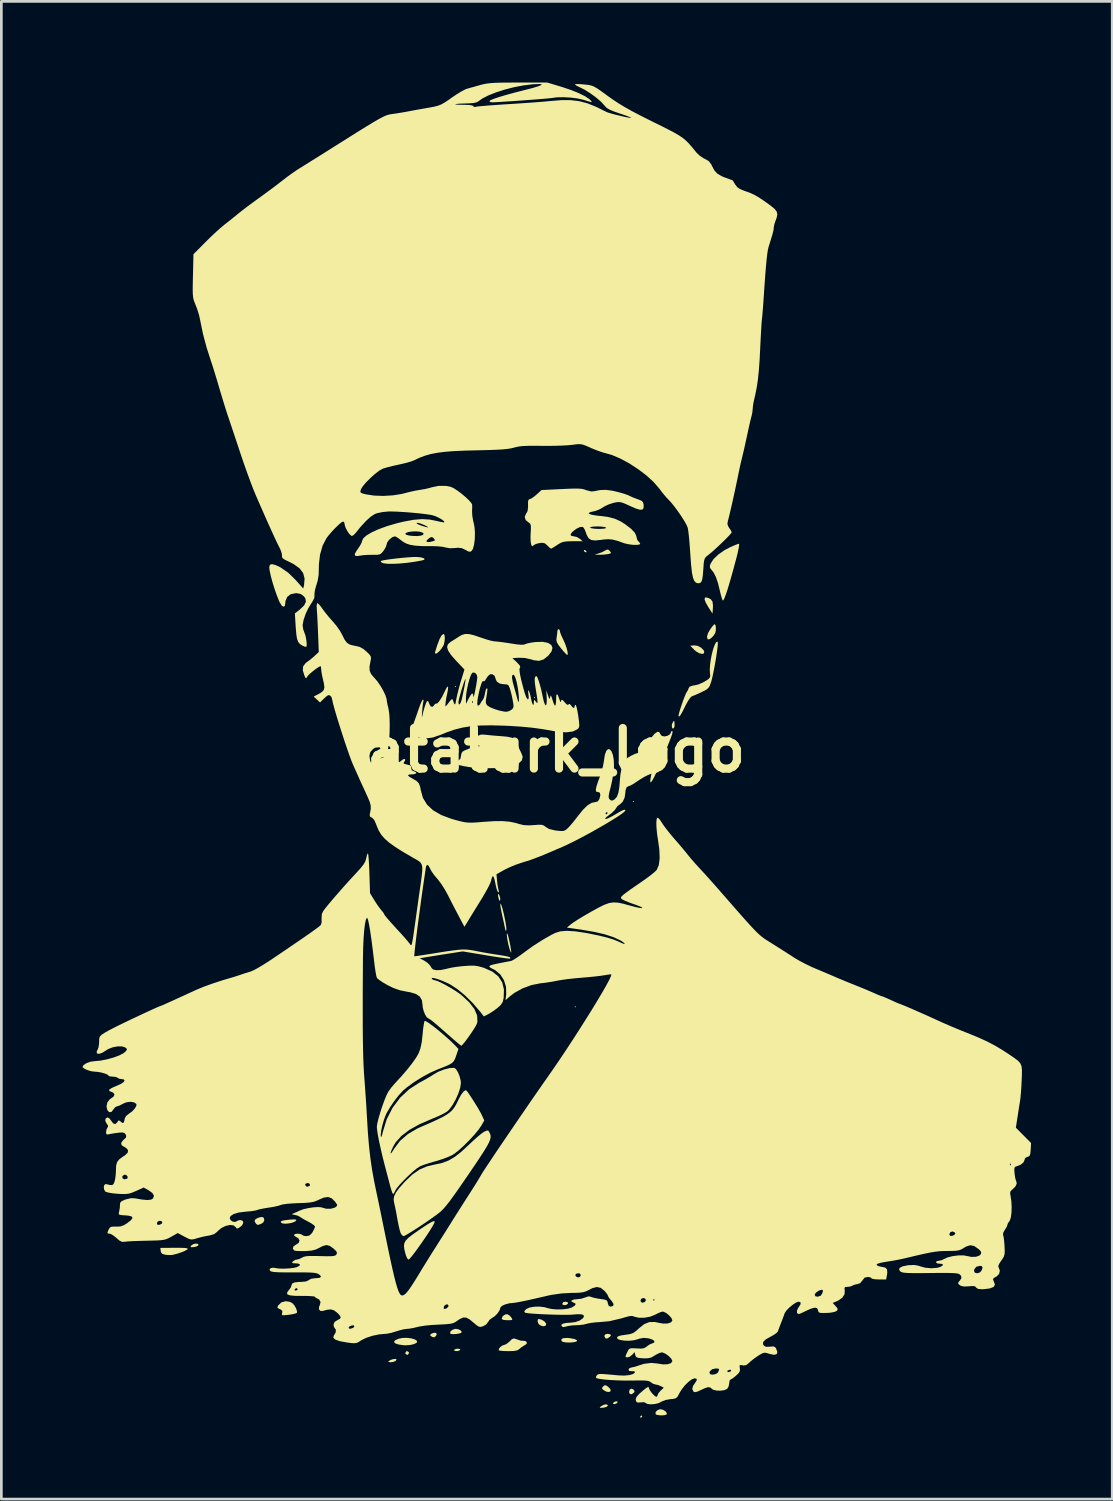
<source format=kicad_pcb>
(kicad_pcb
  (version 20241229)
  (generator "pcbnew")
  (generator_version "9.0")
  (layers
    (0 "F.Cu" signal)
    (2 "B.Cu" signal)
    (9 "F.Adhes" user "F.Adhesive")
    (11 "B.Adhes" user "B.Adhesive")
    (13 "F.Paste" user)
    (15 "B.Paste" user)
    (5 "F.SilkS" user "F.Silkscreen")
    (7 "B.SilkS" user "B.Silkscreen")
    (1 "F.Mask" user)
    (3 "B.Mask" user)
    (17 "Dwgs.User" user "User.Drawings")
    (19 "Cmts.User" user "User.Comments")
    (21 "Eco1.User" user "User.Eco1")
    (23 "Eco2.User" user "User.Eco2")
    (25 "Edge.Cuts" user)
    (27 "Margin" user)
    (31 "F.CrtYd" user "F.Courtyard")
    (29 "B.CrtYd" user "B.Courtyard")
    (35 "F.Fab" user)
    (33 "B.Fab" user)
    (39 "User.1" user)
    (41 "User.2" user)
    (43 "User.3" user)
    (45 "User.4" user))
  (footprint "ataturk_logo"
    (layer "F.Cu")
    (at 17.497 24.669)
    (property "Reference" "ataturk_logo" (at 0 0 0) (layer "F.SilkS") (effects (font (size 1.5 1.5) (thickness 0.3))))
    (attr board_only exclude_from_pos_files exclude_from_bom)
    (fp_poly (pts (xy -3.7 -2.353) (xy -3.723 -2.33) (xy -3.746 -2.353) (xy -3.723 -2.376)) (stroke (width 0) (type solid)) (fill yes) (layer "F.SilkS"))
    (fp_poly (pts (xy -0.777 -1.942) (xy -0.799 -1.919) (xy -0.822 -1.942) (xy -0.799 -1.964)) (stroke (width 0) (type solid)) (fill yes) (layer "F.SilkS"))
    (fp_poly (pts (xy 0.731 9.479) (xy 0.708 9.502) (xy 0.685 9.479) (xy 0.708 9.456)) (stroke (width 0) (type solid)) (fill yes) (layer "F.SilkS"))
    (fp_poly (pts (xy 2.878 1.896) (xy 2.855 1.919) (xy 2.832 1.896) (xy 2.855 1.873)) (stroke (width 0) (type solid)) (fill yes) (layer "F.SilkS"))
    (fp_poly (pts (xy -5.444 22.239) (xy -5.436 22.271) (xy -5.473 22.331) (xy -5.505 22.339) (xy -5.565 22.303) (xy -5.573 22.271) (xy -5.537 22.21) (xy -5.505 22.202)) (stroke (width 0) (type solid)) (fill yes) (layer "F.SilkS"))
    (fp_poly (pts (xy -3.55 22.126) (xy -3.54 22.156) (xy -3.603 22.192) (xy -3.683 22.202) (xy -3.759 22.187) (xy -3.769 22.156) (xy -3.706 22.121) (xy -3.626 22.111)) (stroke (width 0) (type solid)) (fill yes) (layer "F.SilkS"))
    (fp_poly (pts (xy 0.43 20.396) (xy 0.442 20.443) (xy 0.386 20.488) (xy 0.328 20.504) (xy 0.245 20.491) (xy 0.228 20.447) (xy 0.268 20.388) (xy 0.346 20.375)) (stroke (width 0) (type solid)) (fill yes) (layer "F.SilkS"))
    (fp_poly (pts (xy 1.11 -7.367) (xy 1.119 -7.355) (xy 1.117 -7.313) (xy 1.102 -7.309) (xy 1.037 -7.343) (xy 1.028 -7.355) (xy 1.03 -7.397) (xy 1.045 -7.401)) (stroke (width 0) (type solid)) (fill yes) (layer "F.SilkS"))
    (fp_poly (pts (xy 2.272 24.09) (xy 2.226 24.138) (xy 2.158 24.161) (xy 2.107 24.147) (xy 2.101 24.13) (xy 2.14 24.084) (xy 2.195 24.061) (xy 2.266 24.06)) (stroke (width 0) (type solid)) (fill yes) (layer "F.SilkS"))
    (fp_poly (pts (xy 2.858 23.62) (xy 2.9 23.684) (xy 2.873 23.739) (xy 2.792 23.795) (xy 2.723 23.784) (xy 2.695 23.712) (xy 2.723 23.615) (xy 2.793 23.588)) (stroke (width 0) (type solid)) (fill yes) (layer "F.SilkS"))
    (fp_poly (pts (xy 3.182 24.606) (xy 3.175 24.623) (xy 3.134 24.667) (xy 3.127 24.669) (xy 3.107 24.634) (xy 3.106 24.623) (xy 3.142 24.579) (xy 3.155 24.578)) (stroke (width 0) (type solid)) (fill yes) (layer "F.SilkS"))
    (fp_poly (pts (xy 1.998 21.578) (xy 2.027 21.622) (xy 1.975 21.682) (xy 1.888 21.737) (xy 1.833 21.732) (xy 1.812 21.715) (xy 1.78 21.638) (xy 1.823 21.578) (xy 1.888 21.563)) (stroke (width 0) (type solid)) (fill yes) (layer "F.SilkS"))
    (fp_poly (pts (xy 4.365 -1.072) (xy 4.377 -0.988) (xy 4.375 -0.881) (xy 4.348 -0.812) (xy 4.309 -0.8) (xy 4.278 -0.845) (xy 4.276 -0.941) (xy 4.306 -1.02) (xy 4.346 -1.084)) (stroke (width 0) (type solid)) (fill yes) (layer "F.SilkS"))
    (fp_poly (pts (xy -5.893 22.511) (xy -5.893 22.512) (xy -5.934 22.568) (xy -6.039 22.605) (xy -6.134 22.613) (xy -6.197 22.599) (xy -6.188 22.571) (xy -6.114 22.527) (xy -6.017 22.497) (xy -5.931 22.49)) (stroke (width 0) (type solid)) (fill yes) (layer "F.SilkS"))
    (fp_poly (pts (xy -4.438 21.529) (xy -4.408 21.575) (xy -4.437 21.638) (xy -4.501 21.693) (xy -4.571 21.679) (xy -4.614 21.653) (xy -4.66 21.61) (xy -4.623 21.569) (xy -4.614 21.563) (xy -4.514 21.522)) (stroke (width 0) (type solid)) (fill yes) (layer "F.SilkS"))
    (fp_poly (pts (xy -2.112 5.333) (xy -2.097 5.358) (xy -2.064 5.463) (xy -2.065 5.518) (xy -2.082 5.57) (xy -2.104 5.538) (xy -2.114 5.513) (xy -2.142 5.401) (xy -2.146 5.353) (xy -2.139 5.303)) (stroke (width 0) (type solid)) (fill yes) (layer "F.SilkS"))
    (fp_poly (pts (xy 5.585 -5.64) (xy 5.711 -5.582) (xy 5.778 -5.491) (xy 5.796 -5.343) (xy 5.793 -5.272) (xy 5.779 -5.048) (xy 5.631 -5.276) (xy 5.527 -5.457) (xy 5.484 -5.58) (xy 5.504 -5.642)) (stroke (width 0) (type solid)) (fill yes) (layer "F.SilkS"))
    (fp_poly (pts (xy -13.241 18.236) (xy -13.211 18.274) (xy -13.214 18.285) (xy -13.268 18.328) (xy -13.374 18.356) (xy -13.386 18.357) (xy -13.485 18.362) (xy -13.508 18.343) (xy -13.48 18.3) (xy -13.408 18.251) (xy -13.318 18.229)) (stroke (width 0) (type solid)) (fill yes) (layer "F.SilkS"))
    (fp_poly (pts (xy -0.534 21.041) (xy -0.432 21.104) (xy -0.371 21.18) (xy -0.365 21.204) (xy -0.4 21.272) (xy -0.487 21.284) (xy -0.605 21.239) (xy -0.66 21.177) (xy -0.685 21.095) (xy -0.673 21.03) (xy -0.642 21.014)) (stroke (width 0) (type solid)) (fill yes) (layer "F.SilkS"))
    (fp_poly (pts (xy 1.852 23.471) (xy 1.934 23.529) (xy 2.01 23.615) (xy 2.013 23.68) (xy 1.958 23.713) (xy 1.864 23.702) (xy 1.756 23.644) (xy 1.696 23.588) (xy 1.71 23.538) (xy 1.739 23.505) (xy 1.795 23.462)) (stroke (width 0) (type solid)) (fill yes) (layer "F.SilkS"))
    (fp_poly (pts (xy 1.904 24.188) (xy 1.908 24.224) (xy 1.854 24.265) (xy 1.747 24.292) (xy 1.732 24.293) (xy 1.632 24.298) (xy 1.611 24.284) (xy 1.658 24.241) (xy 1.665 24.236) (xy 1.759 24.185) (xy 1.849 24.168)) (stroke (width 0) (type solid)) (fill yes) (layer "F.SilkS"))
    (fp_poly (pts (xy 5.224 -3.858) (xy 5.356 -3.79) (xy 5.451 -3.694) (xy 5.474 -3.638) (xy 5.457 -3.574) (xy 5.387 -3.558) (xy 5.284 -3.586) (xy 5.169 -3.653) (xy 5.102 -3.712) (xy 4.957 -3.86) (xy 5.089 -3.875)) (stroke (width 0) (type solid)) (fill yes) (layer "F.SilkS"))
    (fp_poly (pts (xy -10.802 17.273) (xy -10.781 17.364) (xy -10.823 17.451) (xy -10.898 17.498) (xy -10.991 17.532) (xy -11.037 17.535) (xy -11.075 17.505) (xy -11.092 17.488) (xy -11.144 17.399) (xy -11.105 17.324) (xy -11.004 17.273) (xy -10.872 17.243)) (stroke (width 0) (type solid)) (fill yes) (layer "F.SilkS"))
    (fp_poly (pts (xy -1.719 20.887) (xy -1.656 20.957) (xy -1.619 21.02) (xy -1.629 21.05) (xy -1.703 21.059) (xy -1.799 21.06) (xy -1.941 21.05) (xy -2.004 21.018) (xy -2.01 20.997) (xy -1.971 20.907) (xy -1.881 20.847) (xy -1.801 20.839)) (stroke (width 0) (type solid)) (fill yes) (layer "F.SilkS"))
    (fp_poly (pts (xy -3.6 21.398) (xy -3.522 21.442) (xy -3.487 21.493) (xy -3.515 21.533) (xy -3.524 21.536) (xy -3.65 21.564) (xy -3.78 21.576) (xy -3.879 21.569) (xy -3.912 21.553) (xy -3.91 21.485) (xy -3.845 21.421) (xy -3.742 21.383) (xy -3.7 21.38)) (stroke (width 0) (type solid)) (fill yes) (layer "F.SilkS"))
    (fp_poly (pts (xy 0.52 21.724) (xy 0.689 21.756) (xy 0.769 21.798) (xy 0.777 21.819) (xy 0.736 21.853) (xy 0.634 21.875) (xy 0.501 21.884) (xy 0.364 21.88) (xy 0.255 21.862) (xy 0.203 21.833) (xy 0.194 21.763) (xy 0.265 21.723) (xy 0.411 21.714)) (stroke (width 0) (type solid)) (fill yes) (layer "F.SilkS"))
    (fp_poly (pts (xy 3.963 24.374) (xy 4.049 24.432) (xy 4.092 24.501) (xy 4.086 24.536) (xy 4.024 24.565) (xy 3.913 24.576) (xy 3.791 24.57) (xy 3.699 24.548) (xy 3.676 24.53) (xy 3.675 24.457) (xy 3.737 24.389) (xy 3.835 24.351) (xy 3.863 24.349)) (stroke (width 0) (type solid)) (fill yes) (layer "F.SilkS"))
    (fp_poly (pts (xy -9.613 17.342) (xy -9.594 17.355) (xy -9.634 17.408) (xy -9.737 17.453) (xy -9.871 17.483) (xy -10.008 17.495) (xy -10.117 17.481) (xy -10.165 17.451) (xy -10.171 17.414) (xy -10.128 17.387) (xy -10.021 17.365) (xy -9.837 17.343) (xy -9.833 17.343) (xy -9.7 17.335)) (stroke (width 0) (type solid)) (fill yes) (layer "F.SilkS"))
    (fp_poly (pts (xy 1.939 -7.403) (xy 1.984 -7.359) (xy 2.028 -7.301) (xy 2.008 -7.27) (xy 1.915 -7.247) (xy 1.77 -7.229) (xy 1.604 -7.222) (xy 1.582 -7.223) (xy 1.466 -7.226) (xy 1.436 -7.234) (xy 1.486 -7.249) (xy 1.541 -7.262) (xy 1.683 -7.311) (xy 1.798 -7.37) (xy 1.883 -7.416)) (stroke (width 0) (type solid)) (fill yes) (layer "F.SilkS"))
    (fp_poly (pts (xy 5.889 -4.621) (xy 5.904 -4.528) (xy 5.898 -4.412) (xy 5.882 -4.34) (xy 5.829 -4.247) (xy 5.749 -4.16) (xy 5.666 -4.102) (xy 5.606 -4.095) (xy 5.602 -4.098) (xy 5.574 -4.188) (xy 5.612 -4.325) (xy 5.699 -4.475) (xy 5.778 -4.581) (xy 5.838 -4.647) (xy 5.856 -4.658)) (stroke (width 0) (type solid)) (fill yes) (layer "F.SilkS"))
    (fp_poly (pts (xy -1.806 6.77) (xy -1.783 6.824) (xy -1.752 6.939) (xy -1.719 7.088) (xy -1.688 7.242) (xy -1.666 7.376) (xy -1.658 7.461) (xy -1.661 7.478) (xy -1.682 7.449) (xy -1.715 7.358) (xy -1.727 7.321) (xy -1.765 7.174) (xy -1.795 7.023) (xy -1.815 6.89) (xy -1.821 6.797) (xy -1.809 6.767)) (stroke (width 0) (type solid)) (fill yes) (layer "F.SilkS"))
    (fp_poly (pts (xy -5.367 21.728) (xy -5.24 21.762) (xy -5.155 21.808) (xy -5.134 21.863) (xy -5.152 21.89) (xy -5.247 21.941) (xy -5.397 21.976) (xy -5.565 21.987) (xy -5.619 21.985) (xy -5.821 21.957) (xy -5.946 21.915) (xy -5.991 21.862) (xy -5.953 21.805) (xy -5.826 21.746) (xy -5.819 21.744) (xy -5.676 21.715) (xy -5.519 21.711)) (stroke (width 0) (type solid)) (fill yes) (layer "F.SilkS"))
    (fp_poly (pts (xy -4.123 -4.255) (xy -4.113 -4.158) (xy -4.12 -4.035) (xy -4.143 -3.918) (xy -4.163 -3.869) (xy -4.236 -3.753) (xy -4.32 -3.654) (xy -4.399 -3.586) (xy -4.457 -3.564) (xy -4.476 -3.598) (xy -4.462 -3.656) (xy -4.426 -3.774) (xy -4.385 -3.901) (xy -4.305 -4.113) (xy -4.234 -4.241) (xy -4.167 -4.292) (xy -4.152 -4.294)) (stroke (width 0) (type solid)) (fill yes) (layer "F.SilkS"))
    (fp_poly (pts (xy -13.867 18.385) (xy -13.717 18.39) (xy -13.636 18.402) (xy -13.611 18.422) (xy -13.618 18.439) (xy -13.69 18.485) (xy -13.821 18.542) (xy -13.983 18.597) (xy -14.148 18.64) (xy -14.185 18.648) (xy -14.293 18.653) (xy -14.429 18.642) (xy -14.436 18.641) (xy -14.55 18.61) (xy -14.6 18.549) (xy -14.609 18.502) (xy -14.623 18.388) (xy -14.096 18.384)) (stroke (width 0) (type solid)) (fill yes) (layer "F.SilkS"))
    (fp_poly (pts (xy -2.029 5.706) (xy -1.993 5.815) (xy -1.952 5.97) (xy -1.911 6.148) (xy -1.875 6.328) (xy -1.848 6.486) (xy -1.837 6.601) (xy -1.839 6.635) (xy -1.854 6.68) (xy -1.873 6.644) (xy -1.893 6.556) (xy -1.921 6.42) (xy -1.962 6.233) (xy -2.006 6.035) (xy -2.009 6.019) (xy -2.043 5.854) (xy -2.06 5.73) (xy -2.06 5.668) (xy -2.056 5.665)) (stroke (width 0) (type solid)) (fill yes) (layer "F.SilkS"))
    (fp_poly (pts (xy -5.013 -7.128) (xy -4.906 -7.101) (xy -4.858 -7.068) (xy -4.881 -7.035) (xy -4.939 -7.016) (xy -5.205 -6.966) (xy -5.484 -6.927) (xy -5.757 -6.9) (xy -6.008 -6.887) (xy -6.218 -6.888) (xy -6.369 -6.905) (xy -6.437 -6.929) (xy -6.485 -6.974) (xy -6.456 -6.999) (xy -6.441 -7.004) (xy -6.332 -7.027) (xy -6.157 -7.053) (xy -5.94 -7.081) (xy -5.707 -7.106) (xy -5.484 -7.126) (xy -5.294 -7.138) (xy -5.168 -7.141)) (stroke (width 0) (type solid)) (fill yes) (layer "F.SilkS"))
    (fp_poly (pts (xy -9.831 20.382) (xy -9.739 20.435) (xy -9.668 20.516) (xy -9.607 20.624) (xy -9.573 20.726) (xy -9.578 20.789) (xy -9.579 20.79) (xy -9.642 20.815) (xy -9.767 20.843) (xy -9.885 20.86) (xy -10.033 20.875) (xy -10.11 20.874) (xy -10.133 20.85) (xy -10.123 20.798) (xy -10.121 20.793) (xy -10.116 20.713) (xy -10.181 20.661) (xy -10.208 20.65) (xy -10.288 20.609) (xy -10.293 20.558) (xy -10.271 20.516) (xy -10.152 20.403) (xy -9.996 20.357)) (stroke (width 0) (type solid)) (fill yes) (layer "F.SilkS"))
    (fp_poly (pts (xy 0.132 -4.44) (xy 0.137 -4.407) (xy 0.157 -4.33) (xy 0.208 -4.204) (xy 0.259 -4.099) (xy 0.328 -3.944) (xy 0.384 -3.787) (xy 0.42 -3.649) (xy 0.431 -3.552) (xy 0.413 -3.518) (xy 0.371 -3.55) (xy 0.289 -3.637) (xy 0.187 -3.757) (xy 0.187 -3.757) (xy 0.081 -3.895) (xy 0.026 -3.993) (xy 0.01 -4.08) (xy 0.018 -4.157) (xy 0.037 -4.289) (xy 0.045 -4.392) (xy 0.045 -4.397) (xy 0.067 -4.465) (xy 0.091 -4.477)) (stroke (width 0) (type solid)) (fill yes) (layer "F.SilkS"))
    (fp_poly (pts (xy -4.492 17.405) (xy -4.485 17.419) (xy -4.506 17.479) (xy -4.57 17.596) (xy -4.669 17.756) (xy -4.791 17.943) (xy -4.927 18.143) (xy -5.066 18.341) (xy -5.199 18.523) (xy -5.314 18.674) (xy -5.402 18.778) (xy -5.452 18.821) (xy -5.455 18.822) (xy -5.497 18.782) (xy -5.544 18.68) (xy -5.564 18.615) (xy -5.605 18.453) (xy -5.622 18.324) (xy -5.609 18.217) (xy -5.556 18.117) (xy -5.456 18.013) (xy -5.299 17.89) (xy -5.078 17.736) (xy -4.957 17.654) (xy -4.756 17.522) (xy -4.618 17.439) (xy -4.533 17.402)) (stroke (width 0) (type solid)) (fill yes) (layer "F.SilkS"))
    (fp_poly (pts (xy -1.475 21.756) (xy -1.429 21.775) (xy -1.309 21.814) (xy -1.219 21.822) (xy -1.209 21.819) (xy -1.132 21.83) (xy -1.097 21.859) (xy -1.077 21.912) (xy -1.127 21.963) (xy -1.176 21.991) (xy -1.289 22.062) (xy -1.368 22.131) (xy -1.432 22.172) (xy -1.551 22.195) (xy -1.742 22.202) (xy -1.757 22.202) (xy -1.922 22.198) (xy -2.05 22.188) (xy -2.115 22.173) (xy -2.117 22.172) (xy -2.116 22.119) (xy -2.063 22.051) (xy -1.985 21.993) (xy -1.92 21.974) (xy -1.842 21.943) (xy -1.742 21.865) (xy -1.717 21.841) (xy -1.631 21.758) (xy -1.564 21.733)) (stroke (width 0) (type solid)) (fill yes) (layer "F.SilkS"))
    (fp_poly (pts (xy 6.763 -7.588) (xy 6.747 -7.476) (xy 6.713 -7.311) (xy 6.665 -7.117) (xy 6.543 -6.661) (xy 6.435 -6.277) (xy 6.343 -5.968) (xy 6.267 -5.739) (xy 6.209 -5.592) (xy 6.169 -5.53) (xy 6.163 -5.528) (xy 6.139 -5.569) (xy 6.103 -5.678) (xy 6.063 -5.835) (xy 6.053 -5.882) (xy 5.979 -6.18) (xy 5.903 -6.402) (xy 5.82 -6.564) (xy 5.748 -6.656) (xy 5.685 -6.738) (xy 5.682 -6.817) (xy 5.709 -6.896) (xy 5.816 -7.061) (xy 5.991 -7.23) (xy 6.216 -7.388) (xy 6.424 -7.498) (xy 6.575 -7.564) (xy 6.694 -7.611) (xy 6.756 -7.629) (xy 6.757 -7.629)) (stroke (width 0) (type solid)) (fill yes) (layer "F.SilkS"))
    (fp_poly (pts (xy -2.627 -0.574) (xy -2.496 -0.559) (xy -2.308 -0.541) (xy -2.098 -0.525) (xy -2.033 -0.52) (xy -1.8 -0.498) (xy -1.639 -0.464) (xy -1.534 -0.407) (xy -1.464 -0.318) (xy -1.413 -0.189) (xy -1.359 -0.047) (xy -1.299 0.075) (xy -1.294 0.083) (xy -1.235 0.238) (xy -1.265 0.374) (xy -1.385 0.492) (xy -1.464 0.537) (xy -1.572 0.583) (xy -1.689 0.616) (xy -1.839 0.637) (xy -2.042 0.652) (xy -2.241 0.66) (xy -2.494 0.664) (xy -2.747 0.661) (xy -2.967 0.651) (xy -3.106 0.638) (xy -3.387 0.593) (xy -3.581 0.551) (xy -3.692 0.51) (xy -3.724 0.466) (xy -3.681 0.42) (xy -3.62 0.389) (xy -3.534 0.309) (xy -3.518 0.223) (xy -3.496 0.113) (xy -3.456 0.051) (xy -3.377 0.006) (xy -3.253 -0.046) (xy -3.111 -0.096) (xy -2.98 -0.135) (xy -2.886 -0.152) (xy -2.859 -0.148) (xy -2.83 -0.141) (xy -2.83 -0.19) (xy -2.852 -0.268) (xy -2.889 -0.346) (xy -2.912 -0.377) (xy -2.964 -0.446) (xy -2.949 -0.493) (xy -2.9 -0.533) (xy -2.769 -0.579)) (stroke (width 0) (type solid)) (fill yes) (layer "F.SilkS"))
    (fp_poly (pts (xy 5.969 -4.005) (xy 5.976 -3.948) (xy 5.966 -3.82) (xy 5.943 -3.639) (xy 5.911 -3.424) (xy 5.872 -3.192) (xy 5.829 -2.961) (xy 5.785 -2.751) (xy 5.744 -2.579) (xy 5.722 -2.505) (xy 5.675 -2.377) (xy 5.62 -2.293) (xy 5.532 -2.227) (xy 5.386 -2.153) (xy 5.371 -2.145) (xy 5.216 -2.075) (xy 5.085 -2.018) (xy 5.012 -1.991) (xy 4.955 -1.939) (xy 4.876 -1.825) (xy 4.789 -1.668) (xy 4.767 -1.622) (xy 4.665 -1.419) (xy 4.589 -1.29) (xy 4.541 -1.239) (xy 4.523 -1.269) (xy 4.523 -1.273) (xy 4.538 -1.354) (xy 4.578 -1.494) (xy 4.634 -1.665) (xy 4.696 -1.843) (xy 4.757 -2.001) (xy 4.806 -2.114) (xy 4.828 -2.151) (xy 4.878 -2.233) (xy 4.888 -2.274) (xy 4.931 -2.348) (xy 5.059 -2.391) (xy 5.136 -2.401) (xy 5.258 -2.431) (xy 5.41 -2.496) (xy 5.495 -2.542) (xy 5.618 -2.621) (xy 5.679 -2.682) (xy 5.695 -2.751) (xy 5.685 -2.835) (xy 5.677 -2.984) (xy 5.689 -3.166) (xy 5.717 -3.365) (xy 5.757 -3.564) (xy 5.806 -3.745) (xy 5.858 -3.891) (xy 5.909 -3.987) (xy 5.956 -4.013)) (stroke (width 0) (type solid)) (fill yes) (layer "F.SilkS"))
    (fp_poly (pts (xy -2.511 14.054) (xy -2.473 14.104) (xy -2.469 14.113) (xy -2.438 14.177) (xy -2.42 14.24) (xy -2.42 14.31) (xy -2.441 14.396) (xy -2.487 14.505) (xy -2.563 14.645) (xy -2.672 14.825) (xy -2.819 15.052) (xy -3.008 15.334) (xy -3.243 15.679) (xy -3.371 15.866) (xy -3.601 16.2) (xy -3.789 16.466) (xy -3.942 16.675) (xy -4.069 16.835) (xy -4.175 16.956) (xy -4.269 17.048) (xy -4.34 17.106) (xy -4.51 17.232) (xy -4.708 17.371) (xy -4.919 17.515) (xy -5.128 17.653) (xy -5.319 17.775) (xy -5.478 17.872) (xy -5.591 17.935) (xy -5.639 17.954) (xy -5.697 17.916) (xy -5.75 17.828) (xy -5.78 17.726) (xy -5.818 17.563) (xy -5.857 17.369) (xy -5.87 17.295) (xy -5.907 17.089) (xy -5.945 16.897) (xy -5.977 16.751) (xy -5.985 16.719) (xy -6.003 16.596) (xy -5.983 16.474) (xy -5.917 16.339) (xy -5.798 16.177) (xy -5.619 15.975) (xy -5.562 15.915) (xy -5.298 15.666) (xy -5.041 15.49) (xy -4.767 15.374) (xy -4.482 15.308) (xy -4.218 15.251) (xy -3.981 15.162) (xy -3.754 15.031) (xy -3.515 14.847) (xy -3.248 14.6) (xy -3.072 14.434) (xy -2.905 14.285) (xy -2.766 14.17) (xy -2.671 14.103) (xy -2.663 14.098) (xy -2.563 14.053)) (stroke (width 0) (type solid)) (fill yes) (layer "F.SilkS"))
    (fp_poly (pts (xy 0.849 -9.665) (xy 0.96 -9.655) (xy 1.044 -9.634) (xy 1.105 -9.611) (xy 1.293 -9.561) (xy 1.402 -9.569) (xy 1.627 -9.613) (xy 1.833 -9.62) (xy 2.06 -9.591) (xy 2.221 -9.556) (xy 2.408 -9.506) (xy 2.573 -9.455) (xy 2.685 -9.412) (xy 2.701 -9.404) (xy 2.812 -9.351) (xy 2.961 -9.293) (xy 3.015 -9.274) (xy 3.143 -9.224) (xy 3.207 -9.169) (xy 3.232 -9.084) (xy 3.235 -9.056) (xy 3.231 -8.948) (xy 3.188 -8.891) (xy 3.095 -8.886) (xy 2.944 -8.931) (xy 2.734 -9.023) (xy 2.556 -9.105) (xy 2.433 -9.152) (xy 2.338 -9.17) (xy 2.244 -9.165) (xy 2.127 -9.141) (xy 1.954 -9.087) (xy 1.793 -9.013) (xy 1.734 -8.975) (xy 1.591 -8.893) (xy 1.439 -8.838) (xy 1.419 -8.834) (xy 1.267 -8.798) (xy 1.204 -8.762) (xy 1.23 -8.727) (xy 1.343 -8.694) (xy 1.541 -8.664) (xy 1.642 -8.654) (xy 1.935 -8.615) (xy 2.169 -8.553) (xy 2.379 -8.458) (xy 2.547 -8.352) (xy 2.77 -8.182) (xy 2.909 -8.035) (xy 2.967 -7.907) (xy 2.969 -7.879) (xy 2.999 -7.772) (xy 3.038 -7.721) (xy 3.095 -7.655) (xy 3.106 -7.624) (xy 3.066 -7.596) (xy 2.962 -7.586) (xy 2.82 -7.591) (xy 2.666 -7.612) (xy 2.525 -7.645) (xy 2.49 -7.657) (xy 2.263 -7.738) (xy 2.085 -7.783) (xy 1.925 -7.797) (xy 1.75 -7.785) (xy 1.662 -7.772) (xy 1.446 -7.75) (xy 1.297 -7.768) (xy 1.198 -7.835) (xy 1.128 -7.961) (xy 1.102 -8.038) (xy 1.054 -8.16) (xy 1.012 -8.223) (xy 1.256 -8.223) (xy 1.313 -8.2) (xy 1.435 -8.183) (xy 1.581 -8.177) (xy 1.747 -8.184) (xy 1.838 -8.202) (xy 1.85 -8.223) (xy 1.793 -8.247) (xy 1.672 -8.263) (xy 1.525 -8.269) (xy 1.359 -8.262) (xy 1.269 -8.244) (xy 1.256 -8.223) (xy 1.012 -8.223) (xy 1 -8.24) (xy 0.983 -8.252) (xy 0.884 -8.247) (xy 0.75 -8.183) (xy 0.607 -8.074) (xy 0.536 -7.984) (xy 0.549 -7.926) (xy 0.647 -7.903) (xy 0.66 -7.903) (xy 0.773 -7.874) (xy 0.874 -7.813) (xy 0.982 -7.724) (xy 0.612 -7.722) (xy 0.418 -7.718) (xy 0.285 -7.702) (xy 0.181 -7.668) (xy 0.075 -7.607) (xy 0.041 -7.584) (xy -0.076 -7.508) (xy -0.161 -7.458) (xy -0.186 -7.447) (xy -0.232 -7.477) (xy -0.31 -7.55) (xy -0.323 -7.565) (xy -0.411 -7.641) (xy -0.504 -7.665) (xy -0.615 -7.654) (xy -0.74 -7.623) (xy -0.822 -7.581) (xy -0.832 -7.57) (xy -0.879 -7.534) (xy -0.916 -7.579) (xy -0.939 -7.691) (xy -0.946 -7.862) (xy -0.941 -8.005) (xy -0.931 -8.186) (xy -0.934 -8.298) (xy -0.953 -8.361) (xy -0.991 -8.398) (xy -1.005 -8.406) (xy -1.122 -8.502) (xy -1.161 -8.615) (xy -1.118 -8.726) (xy -1.111 -8.734) (xy -1.054 -8.837) (xy -1.036 -8.989) (xy -1.038 -9.05) (xy -1.037 -9.191) (xy -1.015 -9.26) (xy -0.981 -9.274) (xy -0.912 -9.303) (xy -0.805 -9.377) (xy -0.726 -9.443) (xy -0.538 -9.613) (xy 0.199 -9.649) (xy 0.485 -9.662) (xy 0.696 -9.668)) (stroke (width 0) (type solid)) (fill yes) (layer "F.SilkS"))
    (fp_poly (pts (xy -4.809 10.013) (xy -4.708 10.077) (xy -4.567 10.179) (xy -4.401 10.309) (xy -4.222 10.456) (xy -4.046 10.608) (xy -3.885 10.754) (xy -3.757 10.881) (xy -3.608 11.037) (xy -3.693 11.286) (xy -3.734 11.4) (xy -3.778 11.484) (xy -3.841 11.551) (xy -3.938 11.612) (xy -4.085 11.679) (xy -4.296 11.762) (xy -4.386 11.796) (xy -4.661 11.919) (xy -4.962 12.083) (xy -5.259 12.27) (xy -5.52 12.461) (xy -5.658 12.579) (xy -5.812 12.746) (xy -5.979 12.96) (xy -6.136 13.19) (xy -6.259 13.403) (xy -6.297 13.483) (xy -6.366 13.669) (xy -6.424 13.872) (xy -6.465 14.064) (xy -6.482 14.216) (xy -6.478 14.278) (xy -6.459 14.288) (xy -6.431 14.219) (xy -6.399 14.093) (xy -6.259 13.636) (xy -6.044 13.214) (xy -5.764 12.839) (xy -5.426 12.523) (xy -5.059 12.286) (xy -4.873 12.187) (xy -4.703 12.09) (xy -4.576 12.012) (xy -4.546 11.991) (xy -4.363 11.884) (xy -4.148 11.798) (xy -3.936 11.745) (xy -3.766 11.735) (xy -3.7 11.782) (xy -3.63 11.892) (xy -3.569 12.038) (xy -3.528 12.193) (xy -3.518 12.297) (xy -3.544 12.474) (xy -3.615 12.689) (xy -3.716 12.914) (xy -3.835 13.122) (xy -3.957 13.285) (xy -4.027 13.349) (xy -4.141 13.418) (xy -4.31 13.502) (xy -4.504 13.586) (xy -4.568 13.611) (xy -5.038 13.814) (xy -5.42 14.026) (xy -5.715 14.25) (xy -5.927 14.487) (xy -6.009 14.622) (xy -6.082 14.778) (xy -6.115 14.873) (xy -6.111 14.903) (xy -6.07 14.86) (xy -5.993 14.739) (xy -5.987 14.728) (xy -5.769 14.436) (xy -5.474 14.18) (xy -5.116 13.971) (xy -5.042 13.938) (xy -4.692 13.786) (xy -4.416 13.661) (xy -4.201 13.556) (xy -4.037 13.461) (xy -3.912 13.37) (xy -3.816 13.274) (xy -3.738 13.164) (xy -3.666 13.033) (xy -3.59 12.876) (xy -3.506 12.723) (xy -3.422 12.614) (xy -3.35 12.563) (xy -3.311 12.573) (xy -3.232 12.681) (xy -3.125 12.841) (xy -3.006 13.027) (xy -2.892 13.212) (xy -2.802 13.37) (xy -2.759 13.451) (xy -2.654 13.677) (xy -2.755 13.857) (xy -2.859 14.011) (xy -3.013 14.198) (xy -3.199 14.4) (xy -3.397 14.598) (xy -3.588 14.773) (xy -3.755 14.905) (xy -3.834 14.955) (xy -3.99 15.027) (xy -4.197 15.105) (xy -4.418 15.176) (xy -4.48 15.193) (xy -4.681 15.251) (xy -4.866 15.311) (xy -5.003 15.363) (xy -5.038 15.379) (xy -5.15 15.453) (xy -5.298 15.576) (xy -5.463 15.727) (xy -5.629 15.89) (xy -5.776 16.047) (xy -5.886 16.181) (xy -5.941 16.268) (xy -5.987 16.36) (xy -6.023 16.4) (xy -6.024 16.4) (xy -6.049 16.359) (xy -6.087 16.251) (xy -6.132 16.098) (xy -6.139 16.069) (xy -6.193 15.863) (xy -6.258 15.615) (xy -6.322 15.373) (xy -6.334 15.327) (xy -6.414 15.012) (xy -6.485 14.705) (xy -6.546 14.423) (xy -6.591 14.182) (xy -6.618 13.999) (xy -6.624 13.914) (xy -6.608 13.791) (xy -6.563 13.608) (xy -6.499 13.388) (xy -6.423 13.155) (xy -6.342 12.932) (xy -6.265 12.744) (xy -6.199 12.615) (xy -6.193 12.606) (xy -6.087 12.461) (xy -5.969 12.322) (xy -5.955 12.307) (xy -5.724 12.057) (xy -5.508 11.806) (xy -5.321 11.57) (xy -5.176 11.364) (xy -5.084 11.206) (xy -5.081 11.2) (xy -5.012 11.013) (xy -4.965 10.787) (xy -4.933 10.499) (xy -4.914 10.301) (xy -4.891 10.138) (xy -4.869 10.03) (xy -4.856 10)) (stroke (width 0) (type solid)) (fill yes) (layer "F.SilkS"))
    (fp_poly (pts (xy -3.22 -4.292) (xy -3.044 -4.251) (xy -2.809 -4.172) (xy -2.787 -4.164) (xy -2.596 -4.1) (xy -2.422 -4.05) (xy -2.294 -4.024) (xy -2.263 -4.021) (xy -2.16 -4.013) (xy -1.995 -3.993) (xy -1.794 -3.964) (xy -1.675 -3.945) (xy -1.439 -3.909) (xy -1.278 -3.896) (xy -1.178 -3.904) (xy -1.142 -3.918) (xy -1.058 -3.948) (xy -0.914 -3.977) (xy -0.745 -3.999) (xy -0.489 -4.004) (xy -0.299 -3.966) (xy -0.179 -3.89) (xy -0.134 -3.782) (xy -0.17 -3.648) (xy -0.29 -3.493) (xy -0.46 -3.357) (xy -0.63 -3.303) (xy -0.826 -3.325) (xy -0.915 -3.354) (xy -1.152 -3.408) (xy -1.374 -3.417) (xy -1.616 -3.403) (xy -1.448 -3.246) (xy -1.347 -3.136) (xy -1.322 -3.07) (xy -1.335 -3.054) (xy -1.355 -2.989) (xy -1.341 -2.84) (xy -1.292 -2.607) (xy -1.21 -2.29) (xy -1.16 -2.113) (xy -1.106 -1.962) (xy -1.058 -1.885) (xy -1.024 -1.884) (xy -1.012 -1.961) (xy -1.023 -2.067) (xy -1.035 -2.182) (xy -1.023 -2.211) (xy -1.008 -2.194) (xy -0.972 -2.106) (xy -0.94 -1.975) (xy -0.934 -1.942) (xy -0.903 -1.795) (xy -0.87 -1.701) (xy -0.843 -1.67) (xy -0.826 -1.713) (xy -0.824 -1.756) (xy -0.819 -1.846) (xy -0.798 -1.854) (xy -0.755 -1.802) (xy -0.705 -1.741) (xy -0.689 -1.753) (xy -0.688 -1.804) (xy -0.696 -1.892) (xy -0.717 -2.04) (xy -0.746 -2.219) (xy -0.752 -2.254) (xy -0.787 -2.487) (xy -0.792 -2.641) (xy -0.769 -2.722) (xy -0.729 -2.741) (xy -0.697 -2.7) (xy -0.652 -2.588) (xy -0.601 -2.426) (xy -0.55 -2.234) (xy -0.506 -2.031) (xy -0.505 -2.022) (xy -0.459 -1.819) (xy -0.416 -1.696) (xy -0.38 -1.655) (xy -0.355 -1.698) (xy -0.345 -1.827) (xy -0.349 -1.951) (xy -0.363 -2.216) (xy -0.301 -2.033) (xy -0.263 -1.925) (xy -0.24 -1.896) (xy -0.224 -1.938) (xy -0.219 -1.964) (xy -0.204 -2.019) (xy -0.184 -2.007) (xy -0.152 -1.917) (xy -0.135 -1.862) (xy -0.093 -1.737) (xy -0.053 -1.658) (xy -0.036 -1.645) (xy -0.016 -1.686) (xy -0.003 -1.791) (xy 0 -1.881) (xy 0.007 -2.023) (xy 0.028 -2.074) (xy 0.063 -2.036) (xy 0.112 -1.907) (xy 0.121 -1.881) (xy 0.154 -1.795) (xy 0.175 -1.778) (xy 0.178 -1.793) (xy 0.195 -1.862) (xy 0.24 -1.854) (xy 0.319 -1.77) (xy 0.331 -1.755) (xy 0.405 -1.68) (xy 0.452 -1.684) (xy 0.459 -1.693) (xy 0.499 -1.714) (xy 0.554 -1.652) (xy 0.555 -1.651) (xy 0.623 -1.569) (xy 0.67 -1.565) (xy 0.685 -1.631) (xy 0.702 -1.679) (xy 0.728 -1.665) (xy 0.753 -1.602) (xy 0.783 -1.473) (xy 0.813 -1.301) (xy 0.823 -1.235) (xy 0.847 -1.045) (xy 0.856 -0.925) (xy 0.847 -0.852) (xy 0.819 -0.805) (xy 0.782 -0.772) (xy 0.616 -0.692) (xy 0.38 -0.661) (xy 0.081 -0.679) (xy -0.1 -0.709) (xy -0.489 -0.778) (xy -0.864 -0.83) (xy -1.255 -0.868) (xy -1.692 -0.897) (xy -1.919 -0.907) (xy -2.392 -0.92) (xy -2.795 -0.914) (xy -3.145 -0.887) (xy -3.46 -0.836) (xy -3.761 -0.759) (xy -4.064 -0.652) (xy -4.249 -0.576) (xy -4.552 -0.471) (xy -4.82 -0.433) (xy -5.043 -0.462) (xy -5.113 -0.491) (xy -5.26 -0.583) (xy -5.329 -0.682) (xy -5.327 -0.811) (xy -5.283 -0.948) (xy -5.226 -1.101) (xy -5.155 -1.299) (xy -5.085 -1.503) (xy -5.08 -1.519) (xy -5.021 -1.682) (xy -4.967 -1.806) (xy -4.928 -1.869) (xy -4.92 -1.873) (xy -4.896 -1.84) (xy -4.902 -1.812) (xy -4.917 -1.738) (xy -4.934 -1.603) (xy -4.949 -1.436) (xy -4.958 -1.298) (xy -4.959 -1.224) (xy -4.953 -1.224) (xy -4.951 -1.233) (xy -4.911 -1.41) (xy -4.863 -1.58) (xy -4.815 -1.72) (xy -4.775 -1.808) (xy -4.755 -1.827) (xy -4.716 -1.789) (xy -4.687 -1.713) (xy -4.638 -1.624) (xy -4.57 -1.602) (xy -4.511 -1.656) (xy -4.505 -1.67) (xy -4.463 -1.72) (xy -4.439 -1.718) (xy -4.386 -1.734) (xy -4.309 -1.821) (xy -4.219 -1.962) (xy -4.127 -2.145) (xy -4.118 -2.166) (xy -4.049 -2.305) (xy -4.004 -2.357) (xy -3.988 -2.324) (xy -4.002 -2.205) (xy -4.015 -2.141) (xy -4.055 -1.949) (xy -4.08 -1.787) (xy -4.091 -1.672) (xy -4.083 -1.621) (xy -4.072 -1.626) (xy -4.021 -1.689) (xy -3.946 -1.786) (xy -3.937 -1.798) (xy -3.869 -1.878) (xy -3.831 -1.887) (xy -3.815 -1.856) (xy -3.771 -1.728) (xy -3.74 -1.689) (xy -3.715 -1.738) (xy -3.709 -1.77) (xy -3.61 -1.77) (xy -3.596 -1.695) (xy -3.564 -1.697) (xy -3.523 -1.764) (xy -3.484 -1.886) (xy -3.479 -1.907) (xy -3.474 -1.931) (xy -3.332 -1.931) (xy -3.329 -1.713) (xy -3.328 -1.716) (xy -2.915 -1.716) (xy -2.898 -1.65) (xy -2.882 -1.645) (xy -2.824 -1.682) (xy -2.8 -1.725) (xy -2.745 -1.818) (xy -2.715 -1.85) (xy -2.673 -1.923) (xy -2.639 -2.043) (xy -2.634 -2.073) (xy -2.603 -2.224) (xy -2.567 -2.288) (xy -2.54 -2.28) (xy -2.539 -2.229) (xy -2.552 -2.115) (xy -2.571 -1.997) (xy -2.596 -1.843) (xy -2.596 -1.75) (xy -2.569 -1.687) (xy -2.532 -1.645) (xy -2.437 -1.586) (xy -2.283 -1.523) (xy -2.104 -1.467) (xy -1.932 -1.43) (xy -1.844 -1.42) (xy -1.735 -1.445) (xy -1.649 -1.496) (xy -1.596 -1.547) (xy -1.574 -1.606) (xy -1.578 -1.699) (xy -1.604 -1.85) (xy -1.641 -2.03) (xy -1.684 -2.199) (xy -1.709 -2.283) (xy -1.755 -2.39) (xy -1.818 -2.432) (xy -1.92 -2.437) (xy -2.075 -2.46) (xy -2.189 -2.533) (xy -2.238 -2.639) (xy -2.238 -2.651) (xy -2.25 -2.683) (xy -1.631 -2.683) (xy -1.606 -2.534) (xy -1.551 -2.325) (xy -1.5 -2.147) (xy -1.457 -1.993) (xy -1.431 -1.891) (xy -1.429 -1.884) (xy -1.402 -1.793) (xy -1.383 -1.785) (xy -1.375 -1.851) (xy -1.378 -1.983) (xy -1.387 -2.09) (xy -1.416 -2.309) (xy -1.455 -2.507) (xy -1.5 -2.666) (xy -1.546 -2.766) (xy -1.579 -2.792) (xy -1.622 -2.766) (xy -1.631 -2.683) (xy -2.25 -2.683) (xy -2.274 -2.752) (xy -2.359 -2.809) (xy -2.44 -2.805) (xy -2.513 -2.746) (xy -2.584 -2.643) (xy -2.587 -2.637) (xy -2.647 -2.549) (xy -2.69 -2.55) (xy -2.693 -2.555) (xy -2.721 -2.546) (xy -2.759 -2.465) (xy -2.803 -2.33) (xy -2.847 -2.16) (xy -2.886 -1.971) (xy -2.903 -1.862) (xy -2.915 -1.716) (xy -3.328 -1.716) (xy -3.295 -1.782) (xy -3.106 -1.782) (xy -3.09 -1.744) (xy -3.076 -1.751) (xy -3.071 -1.805) (xy -3.076 -1.812) (xy -3.103 -1.806) (xy -3.106 -1.782) (xy -3.295 -1.782) (xy -3.232 -1.907) (xy -3.167 -2.021) (xy -3.114 -2.091) (xy -3.097 -2.101) (xy -3.069 -2.062) (xy -3.056 -1.976) (xy -3.048 -1.967) (xy -3.028 -2.029) (xy -3.002 -2.142) (xy -2.973 -2.287) (xy -2.945 -2.444) (xy -2.923 -2.594) (xy -2.911 -2.689) (xy -2.931 -2.788) (xy -2.991 -2.857) (xy -3.067 -2.873) (xy -3.106 -2.851) (xy -3.151 -2.77) (xy -3.202 -2.625) (xy -3.252 -2.441) (xy -3.294 -2.245) (xy -3.323 -2.064) (xy -3.332 -1.931) (xy -3.474 -1.931) (xy -3.418 -2.192) (xy -3.375 -2.413) (xy -3.351 -2.561) (xy -3.348 -2.63) (xy -3.349 -2.634) (xy -3.369 -2.603) (xy -3.406 -2.505) (xy -3.453 -2.363) (xy -3.503 -2.199) (xy -3.55 -2.035) (xy -3.587 -1.892) (xy -3.607 -1.794) (xy -3.61 -1.77) (xy -3.709 -1.77) (xy -3.69 -1.873) (xy -3.657 -2.032) (xy -3.605 -2.242) (xy -3.544 -2.466) (xy -3.518 -2.553) (xy -3.387 -2.981) (xy -3.704 -3.316) (xy -3.884 -3.521) (xy -3.991 -3.683) (xy -4.028 -3.811) (xy -3.998 -3.913) (xy -3.902 -3.999) (xy -3.895 -4.004) (xy -3.774 -4.079) (xy -3.631 -4.171) (xy -3.597 -4.194) (xy -3.475 -4.263) (xy -3.356 -4.296)) (stroke (width 0) (type solid)) (fill yes) (layer "F.SilkS"))
    (fp_poly (pts (xy 0.214 -24.506) (xy 0.542 -24.397) (xy 0.829 -24.281) (xy 1.061 -24.167) (xy 1.224 -24.06) (xy 1.279 -24.006) (xy 1.312 -23.966) (xy 1.316 -23.947) (xy 1.277 -23.95) (xy 1.181 -23.978) (xy 1.012 -24.031) (xy 1.005 -24.033) (xy 0.793 -24.081) (xy 0.535 -24.114) (xy 0.266 -24.128) (xy 0.02 -24.123) (xy -0.146 -24.1) (xy -0.216 -24.091) (xy -0.361 -24.077) (xy -0.566 -24.06) (xy -0.812 -24.04) (xy -1.086 -24.02) (xy -1.369 -23.999) (xy -1.646 -23.98) (xy -1.901 -23.963) (xy -2.118 -23.95) (xy -2.28 -23.941) (xy -2.364 -23.938) (xy -2.444 -23.955) (xy -2.467 -23.982) (xy -2.423 -24.018) (xy -2.298 -24.07) (xy -2.096 -24.137) (xy -1.827 -24.217) (xy -1.496 -24.307) (xy -1.142 -24.397) (xy -0.855 -24.471) (xy -0.658 -24.531) (xy -0.551 -24.574) (xy -0.532 -24.602) (xy -0.604 -24.615) (xy -0.766 -24.611) (xy -0.885 -24.603) (xy -1.206 -24.564) (xy -1.546 -24.499) (xy -1.886 -24.412) (xy -2.207 -24.31) (xy -2.491 -24.199) (xy -2.719 -24.084) (xy -2.854 -23.988) (xy -2.925 -23.944) (xy -3.033 -23.916) (xy -3.197 -23.902) (xy -3.332 -23.897) (xy -3.542 -23.89) (xy -3.675 -23.88) (xy -3.731 -23.868) (xy -3.705 -23.857) (xy -3.594 -23.85) (xy -3.411 -23.847) (xy -3.211 -23.84) (xy -3.093 -23.821) (xy -3.061 -23.796) (xy -3.024 -23.765) (xy -2.958 -23.775) (xy -2.885 -23.786) (xy -2.734 -23.801) (xy -2.521 -23.819) (xy -2.258 -23.838) (xy -1.96 -23.859) (xy -1.759 -23.871) (xy -1.422 -23.893) (xy -1.089 -23.916) (xy -0.779 -23.938) (xy -0.512 -23.959) (xy -0.308 -23.977) (xy -0.242 -23.984) (xy 0.175 -24.018) (xy 0.529 -24.019) (xy 0.848 -23.982) (xy 1.155 -23.902) (xy 1.475 -23.774) (xy 1.835 -23.595) (xy 1.85 -23.587) (xy 1.93 -23.556) (xy 2.065 -23.516) (xy 2.233 -23.472) (xy 2.411 -23.429) (xy 2.575 -23.392) (xy 2.703 -23.369) (xy 2.771 -23.363) (xy 2.776 -23.364) (xy 2.743 -23.385) (xy 2.64 -23.426) (xy 2.485 -23.482) (xy 2.343 -23.529) (xy 2.125 -23.605) (xy 1.975 -23.669) (xy 1.873 -23.731) (xy 1.8 -23.804) (xy 1.78 -23.828) (xy 1.653 -23.966) (xy 1.47 -24.122) (xy 1.258 -24.276) (xy 1.045 -24.409) (xy 0.891 -24.486) (xy 0.773 -24.543) (xy 0.705 -24.588) (xy 0.697 -24.605) (xy 0.752 -24.613) (xy 0.872 -24.611) (xy 1.033 -24.599) (xy 1.05 -24.597) (xy 1.18 -24.583) (xy 1.284 -24.563) (xy 1.381 -24.529) (xy 1.488 -24.471) (xy 1.623 -24.381) (xy 1.805 -24.25) (xy 1.915 -24.169) (xy 2.118 -24.025) (xy 2.325 -23.889) (xy 2.552 -23.753) (xy 2.813 -23.607) (xy 3.124 -23.445) (xy 3.501 -23.255) (xy 3.568 -23.222) (xy 3.906 -23.055) (xy 4.173 -22.919) (xy 4.384 -22.808) (xy 4.55 -22.711) (xy 4.683 -22.62) (xy 4.795 -22.527) (xy 4.899 -22.423) (xy 5.007 -22.3) (xy 5.132 -22.148) (xy 5.181 -22.086) (xy 5.308 -21.964) (xy 5.457 -21.866) (xy 5.495 -21.849) (xy 5.637 -21.769) (xy 5.732 -21.646) (xy 5.76 -21.587) (xy 5.85 -21.419) (xy 5.96 -21.301) (xy 6.116 -21.209) (xy 6.264 -21.15) (xy 6.397 -21.101) (xy 6.489 -21.069) (xy 6.516 -21.06) (xy 6.542 -21.025) (xy 6.596 -20.938) (xy 6.615 -20.905) (xy 6.689 -20.808) (xy 6.792 -20.735) (xy 6.953 -20.669) (xy 6.996 -20.654) (xy 7.162 -20.594) (xy 7.31 -20.528) (xy 7.462 -20.442) (xy 7.64 -20.326) (xy 7.865 -20.166) (xy 7.892 -20.146) (xy 8.055 -20.018) (xy 8.146 -19.911) (xy 8.174 -19.803) (xy 8.148 -19.671) (xy 8.109 -19.568) (xy 8.063 -19.433) (xy 8.041 -19.317) (xy 8.04 -19.304) (xy 8.036 -19.242) (xy 8.018 -19.157) (xy 7.985 -19.031) (xy 7.93 -18.851) (xy 7.851 -18.599) (xy 7.851 -18.598) (xy 7.827 -18.501) (xy 7.804 -18.356) (xy 7.78 -18.154) (xy 7.755 -17.888) (xy 7.727 -17.551) (xy 7.697 -17.135) (xy 7.674 -16.789) (xy 7.656 -16.529) (xy 7.638 -16.291) (xy 7.622 -16.096) (xy 7.609 -15.962) (xy 7.604 -15.921) (xy 7.595 -15.834) (xy 7.584 -15.672) (xy 7.571 -15.452) (xy 7.557 -15.19) (xy 7.543 -14.903) (xy 7.542 -14.87) (xy 7.518 -14.412) (xy 7.49 -14.028) (xy 7.456 -13.7) (xy 7.413 -13.41) (xy 7.36 -13.141) (xy 7.329 -13.009) (xy 7.292 -12.841) (xy 7.269 -12.688) (xy 7.264 -12.616) (xy 7.249 -12.47) (xy 7.223 -12.353) (xy 7.194 -12.245) (xy 7.155 -12.08) (xy 7.112 -11.89) (xy 7.105 -11.855) (xy 7.023 -11.478) (xy 6.952 -11.156) (xy 6.892 -10.899) (xy 6.852 -10.735) (xy 6.824 -10.619) (xy 6.785 -10.443) (xy 6.741 -10.238) (xy 6.722 -10.141) (xy 6.661 -9.847) (xy 6.596 -9.543) (xy 6.531 -9.246) (xy 6.469 -8.973) (xy 6.415 -8.741) (xy 6.372 -8.567) (xy 6.347 -8.474) (xy 6.328 -8.356) (xy 6.369 -8.252) (xy 6.395 -8.214) (xy 6.458 -8.118) (xy 6.487 -8.053) (xy 6.487 -8.05) (xy 6.455 -8.003) (xy 6.371 -7.909) (xy 6.248 -7.784) (xy 6.102 -7.642) (xy 5.948 -7.496) (xy 5.801 -7.363) (xy 5.675 -7.256) (xy 5.622 -7.213) (xy 5.547 -7.154) (xy 5.499 -7.096) (xy 5.47 -7.016) (xy 5.453 -6.893) (xy 5.44 -6.702) (xy 5.439 -6.689) (xy 5.421 -6.461) (xy 5.398 -6.309) (xy 5.365 -6.22) (xy 5.316 -6.177) (xy 5.252 -6.167) (xy 5.169 -6.188) (xy 5.104 -6.258) (xy 5.054 -6.385) (xy 5.016 -6.58) (xy 4.987 -6.853) (xy 4.976 -7) (xy 4.949 -7.38) (xy 4.927 -7.679) (xy 4.906 -7.907) (xy 4.887 -8.075) (xy 4.868 -8.191) (xy 4.862 -8.221) (xy 4.819 -8.325) (xy 4.732 -8.479) (xy 4.615 -8.662) (xy 4.483 -8.853) (xy 4.351 -9.03) (xy 4.231 -9.174) (xy 4.179 -9.228) (xy 4.066 -9.348) (xy 3.931 -9.509) (xy 3.805 -9.676) (xy 3.604 -9.909) (xy 3.34 -10.15) (xy 3.032 -10.384) (xy 2.703 -10.598) (xy 2.372 -10.777) (xy 2.063 -10.908) (xy 1.873 -10.962) (xy 1.705 -11.009) (xy 1.498 -11.081) (xy 1.294 -11.165) (xy 1.275 -11.174) (xy 1.102 -11.25) (xy 0.979 -11.294) (xy 0.872 -11.31) (xy 0.748 -11.304) (xy 0.59 -11.283) (xy 0.426 -11.267) (xy 0.195 -11.255) (xy -0.078 -11.247) (xy -0.367 -11.245) (xy -0.525 -11.246) (xy -0.838 -11.249) (xy -1.076 -11.246) (xy -1.258 -11.236) (xy -1.402 -11.217) (xy -1.524 -11.19) (xy -1.558 -11.18) (xy -1.669 -11.153) (xy -1.809 -11.131) (xy -1.99 -11.114) (xy -2.225 -11.101) (xy -2.527 -11.09) (xy -2.883 -11.082) (xy -3.367 -11.07) (xy -3.771 -11.052) (xy -4.11 -11.025) (xy -4.396 -10.989) (xy -4.642 -10.941) (xy -4.859 -10.878) (xy -5.062 -10.8) (xy -5.242 -10.714) (xy -5.352 -10.671) (xy -5.523 -10.621) (xy -5.726 -10.572) (xy -5.823 -10.551) (xy -6.032 -10.505) (xy -6.227 -10.456) (xy -6.376 -10.412) (xy -6.42 -10.395) (xy -6.544 -10.323) (xy -6.698 -10.203) (xy -6.862 -10.057) (xy -7.015 -9.903) (xy -7.137 -9.76) (xy -7.207 -9.649) (xy -7.211 -9.638) (xy -7.233 -9.562) (xy -7.218 -9.517) (xy -7.148 -9.485) (xy -7.025 -9.454) (xy -6.727 -9.408) (xy -6.381 -9.396) (xy -6.028 -9.417) (xy -5.704 -9.469) (xy -5.618 -9.491) (xy -5.409 -9.544) (xy -5.195 -9.591) (xy -5.024 -9.62) (xy -4.842 -9.651) (xy -4.665 -9.693) (xy -4.597 -9.714) (xy -4.338 -9.768) (xy -4.062 -9.766) (xy -3.9 -9.735) (xy -3.788 -9.684) (xy -3.644 -9.591) (xy -3.487 -9.473) (xy -3.335 -9.344) (xy -3.208 -9.222) (xy -3.125 -9.122) (xy -3.102 -9.07) (xy -3.101 -8.961) (xy -3.105 -8.821) (xy -3.105 -8.806) (xy -3.097 -8.66) (xy -3.066 -8.482) (xy -3.044 -8.395) (xy -3.011 -8.218) (xy -2.999 -8.008) (xy -3.006 -7.792) (xy -3.031 -7.596) (xy -3.072 -7.444) (xy -3.113 -7.375) (xy -3.166 -7.335) (xy -3.227 -7.338) (xy -3.327 -7.389) (xy -3.35 -7.402) (xy -3.483 -7.465) (xy -3.615 -7.482) (xy -3.735 -7.471) (xy -3.922 -7.463) (xy -4.078 -7.489) (xy -4.09 -7.493) (xy -4.199 -7.517) (xy -4.368 -7.534) (xy -4.564 -7.541) (xy -4.614 -7.541) (xy -4.942 -7.542) (xy -5.195 -7.557) (xy -5.389 -7.588) (xy -5.541 -7.638) (xy -5.653 -7.702) (xy -4.786 -7.702) (xy -4.71 -7.69) (xy -4.648 -7.699) (xy -4.541 -7.726) (xy -4.481 -7.749) (xy -4.48 -7.75) (xy -4.491 -7.792) (xy -4.527 -7.836) (xy -4.587 -7.878) (xy -4.651 -7.861) (xy -4.695 -7.832) (xy -4.783 -7.752) (xy -4.786 -7.702) (xy -5.653 -7.702) (xy -5.666 -7.71) (xy -5.718 -7.75) (xy -5.833 -7.837) (xy -5.926 -7.893) (xy -5.96 -7.903) (xy -6.056 -7.869) (xy -6.16 -7.786) (xy -6.237 -7.686) (xy -6.259 -7.619) (xy -6.285 -7.523) (xy -6.352 -7.403) (xy -6.377 -7.369) (xy -6.448 -7.283) (xy -6.515 -7.238) (xy -6.61 -7.22) (xy -6.762 -7.22) (xy -6.777 -7.22) (xy -6.956 -7.218) (xy -7.121 -7.207) (xy -7.206 -7.194) (xy -7.36 -7.172) (xy -7.435 -7.194) (xy -7.435 -7.264) (xy -7.362 -7.387) (xy -7.333 -7.426) (xy -7.245 -7.556) (xy -7.186 -7.671) (xy -7.172 -7.725) (xy -7.129 -7.826) (xy -7.005 -7.936) (xy -6.91 -7.993) (xy -5.573 -7.993) (xy -5.532 -7.958) (xy -5.428 -7.932) (xy -5.288 -7.916) (xy -5.14 -7.913) (xy -5.011 -7.925) (xy -4.934 -7.95) (xy -4.888 -7.993) (xy -4.925 -8.033) (xy -4.934 -8.04) (xy -5.031 -8.073) (xy -5.168 -8.087) (xy -5.318 -8.083) (xy -5.453 -8.063) (xy -5.547 -8.029) (xy -5.573 -7.993) (xy -6.91 -7.993) (xy -6.812 -8.051) (xy -6.558 -8.166) (xy -6.255 -8.277) (xy -5.912 -8.378) (xy -5.816 -8.402) (xy -5.153 -8.402) (xy -5.143 -8.371) (xy -5.08 -8.337) (xy -4.966 -8.294) (xy -4.841 -8.255) (xy -4.743 -8.233) (xy -4.728 -8.232) (xy -4.737 -8.248) (xy -4.81 -8.29) (xy -4.865 -8.317) (xy -4.996 -8.371) (xy -5.098 -8.401) (xy -5.153 -8.402) (xy -5.816 -8.402) (xy -5.621 -8.449) (xy -5.257 -8.515) (xy -4.947 -8.539) (xy -4.665 -8.521) (xy -4.421 -8.472) (xy -4.275 -8.438) (xy -4.168 -8.42) (xy -4.127 -8.421) (xy -4.14 -8.461) (xy -4.215 -8.521) (xy -4.328 -8.587) (xy -4.457 -8.646) (xy -4.578 -8.685) (xy -4.585 -8.687) (xy -4.777 -8.718) (xy -5.032 -8.749) (xy -5.322 -8.777) (xy -5.618 -8.8) (xy -5.893 -8.816) (xy -6.119 -8.822) (xy -6.19 -8.821) (xy -6.407 -8.801) (xy -6.602 -8.761) (xy -6.693 -8.729) (xy -6.847 -8.631) (xy -7.033 -8.463) (xy -7.238 -8.238) (xy -7.394 -8.042) (xy -7.475 -7.955) (xy -7.542 -7.916) (xy -7.554 -7.916) (xy -7.627 -7.974) (xy -7.707 -8.084) (xy -7.775 -8.213) (xy -7.811 -8.325) (xy -7.812 -8.344) (xy -7.833 -8.426) (xy -7.871 -8.451) (xy -7.931 -8.419) (xy -8.031 -8.335) (xy -8.156 -8.215) (xy -8.286 -8.078) (xy -8.404 -7.941) (xy -8.486 -7.833) (xy -8.628 -7.557) (xy -8.723 -7.225) (xy -8.765 -6.861) (xy -8.766 -6.752) (xy -8.774 -6.48) (xy -8.811 -6.257) (xy -8.857 -6.105) (xy -8.904 -5.945) (xy -8.928 -5.805) (xy -8.927 -5.732) (xy -8.935 -5.621) (xy -9.013 -5.475) (xy -9.04 -5.436) (xy -9.156 -5.247) (xy -9.257 -5.03) (xy -9.33 -4.815) (xy -9.364 -4.636) (xy -9.365 -4.61) (xy -9.343 -4.463) (xy -9.301 -4.348) (xy -9.263 -4.243) (xy -9.234 -4.104) (xy -9.217 -3.965) (xy -9.217 -3.858) (xy -9.23 -3.821) (xy -9.28 -3.825) (xy -9.373 -3.864) (xy -9.375 -3.865) (xy -9.464 -3.922) (xy -9.526 -3.996) (xy -9.569 -4.105) (xy -9.597 -4.265) (xy -9.617 -4.494) (xy -9.623 -4.58) (xy -9.652 -5.053) (xy -9.463 -5.203) (xy -9.31 -5.35) (xy -9.244 -5.484) (xy -9.264 -5.61) (xy -9.322 -5.69) (xy -9.433 -5.772) (xy -9.579 -5.801) (xy -9.616 -5.802) (xy -9.803 -5.766) (xy -9.935 -5.665) (xy -10 -5.51) (xy -10.005 -5.445) (xy -10.023 -5.333) (xy -10.072 -5.301) (xy -10.139 -5.345) (xy -10.214 -5.465) (xy -10.227 -5.493) (xy -10.316 -5.713) (xy -10.403 -5.962) (xy -10.482 -6.216) (xy -10.545 -6.452) (xy -10.586 -6.648) (xy -10.599 -6.766) (xy -10.574 -6.851) (xy -10.498 -6.876) (xy -10.363 -6.841) (xy -10.186 -6.757) (xy -9.896 -6.557) (xy -9.624 -6.29) (xy -9.342 -5.973) (xy -9.313 -6.105) (xy -9.293 -6.342) (xy -9.346 -6.544) (xy -9.478 -6.72) (xy -9.694 -6.875) (xy -9.871 -6.965) (xy -10.024 -7.039) (xy -10.105 -7.095) (xy -10.131 -7.148) (xy -10.127 -7.178) (xy -10.135 -7.266) (xy -10.179 -7.397) (xy -10.219 -7.481) (xy -10.29 -7.623) (xy -10.392 -7.839) (xy -10.519 -8.117) (xy -10.668 -8.446) (xy -10.832 -8.817) (xy -11.008 -9.218) (xy -11.111 -9.456) (xy -11.194 -9.659) (xy -11.296 -9.928) (xy -11.411 -10.24) (xy -11.53 -10.574) (xy -11.644 -10.908) (xy -11.678 -11.01) (xy -11.782 -11.324) (xy -11.884 -11.63) (xy -11.978 -11.911) (xy -12.058 -12.149) (xy -12.117 -12.326) (xy -12.136 -12.38) (xy -12.191 -12.55) (xy -12.264 -12.782) (xy -12.345 -13.048) (xy -12.427 -13.321) (xy -12.453 -13.408) (xy -12.53 -13.671) (xy -12.608 -13.927) (xy -12.678 -14.152) (xy -12.733 -14.322) (xy -12.749 -14.367) (xy -12.913 -14.878) (xy -13.047 -15.379) (xy -13.141 -15.837) (xy -13.148 -15.875) (xy -13.191 -16.071) (xy -13.259 -16.292) (xy -13.315 -16.439) (xy -13.359 -16.546) (xy -13.391 -16.638) (xy -13.412 -16.734) (xy -13.423 -16.85) (xy -13.427 -17.003) (xy -13.425 -17.211) (xy -13.419 -17.491) (xy -13.418 -17.527) (xy -13.399 -18.327) (xy -12.947 -18.782) (xy -12.757 -18.969) (xy -12.564 -19.15) (xy -12.389 -19.307) (xy -12.255 -19.419) (xy -12.243 -19.428) (xy -12.066 -19.566) (xy -11.87 -19.722) (xy -11.741 -19.829) (xy -11.604 -19.938) (xy -11.417 -20.081) (xy -11.204 -20.239) (xy -10.99 -20.394) (xy -10.987 -20.396) (xy -10.757 -20.563) (xy -10.512 -20.744) (xy -10.284 -20.916) (xy -10.119 -21.044) (xy -9.93 -21.189) (xy -9.733 -21.331) (xy -9.562 -21.448) (xy -9.502 -21.486) (xy -9.401 -21.548) (xy -9.235 -21.652) (xy -9.015 -21.79) (xy -8.752 -21.954) (xy -8.459 -22.138) (xy -8.147 -22.335) (xy -7.995 -22.43) (xy -7.591 -22.684) (xy -7.257 -22.894) (xy -6.983 -23.063) (xy -6.762 -23.197) (xy -6.586 -23.299) (xy -6.447 -23.375) (xy -6.337 -23.429) (xy -6.247 -23.465) (xy -6.17 -23.487) (xy -6.097 -23.501) (xy -6.048 -23.508) (xy -5.882 -23.531) (xy -5.676 -23.565) (xy -5.505 -23.595) (xy -5.312 -23.632) (xy -5.07 -23.676) (xy -4.821 -23.72) (xy -4.728 -23.736) (xy -4.521 -23.774) (xy -4.368 -23.812) (xy -4.24 -23.863) (xy -4.107 -23.938) (xy -3.942 -24.05) (xy -3.864 -24.106) (xy -3.679 -24.231) (xy -3.504 -24.338) (xy -3.361 -24.413) (xy -3.293 -24.44) (xy -3.165 -24.476) (xy -2.988 -24.525) (xy -2.805 -24.577) (xy -2.689 -24.607) (xy -2.571 -24.63) (xy -2.437 -24.646) (xy -2.271 -24.658) (xy -2.06 -24.665) (xy -1.788 -24.668) (xy -1.441 -24.669) (xy -1.402 -24.669) (xy -0.325 -24.669)) (stroke (width 0) (type solid)) (fill yes) (layer "F.SilkS"))
    (fp_poly (pts (xy -8.772 -5.401) (xy -8.695 -5.311) (xy -8.629 -5.219) (xy -8.519 -5.071) (xy -8.377 -4.898) (xy -8.245 -4.75) (xy -8.11 -4.589) (xy -7.988 -4.415) (xy -7.908 -4.272) (xy -7.816 -4.086) (xy -7.727 -3.968) (xy -7.619 -3.901) (xy -7.47 -3.864) (xy -7.436 -3.859) (xy -7.264 -3.819) (xy -7.12 -3.74) (xy -7.011 -3.648) (xy -6.902 -3.543) (xy -6.849 -3.468) (xy -6.839 -3.393) (xy -6.856 -3.299) (xy -6.894 -3.091) (xy -6.889 -2.938) (xy -6.835 -2.812) (xy -6.725 -2.683) (xy -6.711 -2.67) (xy -6.602 -2.543) (xy -6.488 -2.376) (xy -6.384 -2.195) (xy -6.304 -2.024) (xy -6.262 -1.891) (xy -6.259 -1.859) (xy -6.248 -1.776) (xy -6.219 -1.64) (xy -6.195 -1.54) (xy -6.168 -1.381) (xy -6.153 -1.165) (xy -6.148 -0.915) (xy -6.153 -0.652) (xy -6.167 -0.4) (xy -6.189 -0.179) (xy -6.219 -0.012) (xy -6.244 0.06) (xy -6.314 0.154) (xy -6.381 0.157) (xy -6.44 0.07) (xy -6.462 0.008) (xy -6.513 -0.1) (xy -6.588 -0.13) (xy -6.699 -0.087) (xy -6.766 -0.043) (xy -6.866 0.067) (xy -6.899 0.211) (xy -6.869 0.4) (xy -6.825 0.476) (xy -6.765 0.501) (xy -6.722 0.469) (xy -6.715 0.433) (xy -6.684 0.361) (xy -6.658 0.346) (xy -6.412 0.273) (xy -6.24 0.218) (xy -6.128 0.175) (xy -6.06 0.14) (xy -6.027 0.111) (xy -5.955 0.051) (xy -5.909 0.077) (xy -5.893 0.189) (xy -5.892 0.194) (xy -5.88 0.318) (xy -5.851 0.407) (xy -5.809 0.446) (xy -5.754 0.415) (xy -5.734 0.396) (xy -5.65 0.333) (xy -5.589 0.324) (xy -5.573 0.356) (xy -5.602 0.418) (xy -5.625 0.445) (xy -5.637 0.484) (xy -5.572 0.514) (xy -5.509 0.528) (xy -5.397 0.559) (xy -5.355 0.606) (xy -5.354 0.654) (xy -5.335 0.738) (xy -5.262 0.774) (xy -5.175 0.812) (xy -5.17 0.853) (xy -5.239 0.884) (xy -5.323 0.891) (xy -5.441 0.9) (xy -5.473 0.931) (xy -5.418 0.984) (xy -5.308 1.046) (xy -5.158 1.134) (xy -5.071 1.225) (xy -5.023 1.352) (xy -5.002 1.468) (xy -4.922 1.759) (xy -4.771 2.008) (xy -4.546 2.219) (xy -4.243 2.395) (xy -3.858 2.539) (xy -3.717 2.579) (xy -3.532 2.627) (xy -3.386 2.658) (xy -3.255 2.674) (xy -3.112 2.676) (xy -2.93 2.667) (xy -2.684 2.647) (xy -2.677 2.646) (xy -2.295 2.621) (xy -1.984 2.618) (xy -1.723 2.64) (xy -1.494 2.687) (xy -1.372 2.724) (xy -1.203 2.766) (xy -1.009 2.776) (xy -0.828 2.766) (xy -0.649 2.753) (xy -0.536 2.756) (xy -0.46 2.778) (xy -0.397 2.824) (xy -0.386 2.834) (xy -0.255 2.911) (xy -0.047 2.961) (xy 0.008 2.969) (xy 0.169 2.985) (xy 0.271 2.982) (xy 0.345 2.952) (xy 0.421 2.89) (xy 0.428 2.884) (xy 0.516 2.791) (xy 0.636 2.65) (xy 0.764 2.487) (xy 0.8 2.439) (xy 0.888 2.33) (xy 1.827 2.33) (xy 1.843 2.374) (xy 1.847 2.376) (xy 1.886 2.344) (xy 1.896 2.33) (xy 1.892 2.288) (xy 1.876 2.284) (xy 1.829 2.317) (xy 1.827 2.33) (xy 0.888 2.33) (xy 0.995 2.197) (xy 1.164 2.034) (xy 1.313 1.943) (xy 1.436 1.919) (xy 1.541 1.89) (xy 1.602 1.797) (xy 1.635 1.658) (xy 1.615 1.569) (xy 1.546 1.543) (xy 1.54 1.544) (xy 1.482 1.532) (xy 1.465 1.466) (xy 1.49 1.337) (xy 1.556 1.138) (xy 1.601 1.022) (xy 1.674 0.81) (xy 1.733 0.583) (xy 1.767 0.39) (xy 1.768 0.381) (xy 1.803 0.16) (xy 1.856 0.021) (xy 1.919 -0.041) (xy 1.985 -0.032) (xy 2.047 0.042) (xy 2.098 0.175) (xy 2.131 0.362) (xy 2.138 0.597) (xy 2.135 0.68) (xy 2.112 0.875) (xy 2.072 1.111) (xy 2.021 1.34) (xy 2.014 1.366) (xy 1.966 1.555) (xy 1.943 1.676) (xy 1.943 1.751) (xy 1.964 1.799) (xy 1.981 1.818) (xy 2.041 1.862) (xy 2.105 1.849) (xy 2.161 1.815) (xy 2.243 1.725) (xy 2.301 1.573) (xy 2.338 1.348) (xy 2.356 1.103) (xy 2.379 0.873) (xy 2.424 0.652) (xy 2.484 0.469) (xy 2.548 0.355) (xy 2.638 0.282) (xy 2.773 0.203) (xy 2.918 0.134) (xy 3.039 0.095) (xy 3.07 0.091) (xy 3.127 0.055) (xy 3.214 -0.04) (xy 3.316 -0.177) (xy 3.34 -0.214) (xy 3.506 -0.452) (xy 3.638 -0.607) (xy 3.739 -0.68) (xy 3.81 -0.671) (xy 3.851 -0.594) (xy 3.906 -0.528) (xy 4.005 -0.51) (xy 4.115 -0.533) (xy 4.206 -0.59) (xy 4.248 -0.673) (xy 4.249 -0.682) (xy 4.274 -0.716) (xy 4.291 -0.71) (xy 4.302 -0.691) (xy 4.3 -0.65) (xy 4.281 -0.578) (xy 4.241 -0.465) (xy 4.179 -0.304) (xy 4.09 -0.084) (xy 3.97 0.202) (xy 3.83 0.537) (xy 3.709 0.812) (xy 3.612 1.015) (xy 3.54 1.141) (xy 3.494 1.189) (xy 3.477 1.157) (xy 3.489 1.042) (xy 3.492 1.026) (xy 3.522 0.865) (xy 3.368 0.929) (xy 3.245 0.992) (xy 3.09 1.087) (xy 2.983 1.159) (xy 2.851 1.247) (xy 2.739 1.307) (xy 2.683 1.325) (xy 2.607 1.366) (xy 2.565 1.483) (xy 2.558 1.573) (xy 2.532 1.749) (xy 2.462 1.901) (xy 2.364 1.996) (xy 2.354 2.001) (xy 2.261 2.071) (xy 2.219 2.137) (xy 2.168 2.211) (xy 2.066 2.309) (xy 1.978 2.377) (xy 1.857 2.472) (xy 1.811 2.527) (xy 1.833 2.542) (xy 1.915 2.516) (xy 2.051 2.45) (xy 2.176 2.379) (xy 2.355 2.273) (xy 2.47 2.214) (xy 2.533 2.196) (xy 2.557 2.215) (xy 2.558 2.227) (xy 2.519 2.276) (xy 2.411 2.36) (xy 2.244 2.472) (xy 2.031 2.605) (xy 1.782 2.754) (xy 1.51 2.91) (xy 1.226 3.069) (xy 0.942 3.222) (xy 0.669 3.363) (xy 0.419 3.486) (xy 0.228 3.573) (xy -0.113 3.72) (xy -0.386 3.836) (xy -0.607 3.926) (xy -0.791 3.997) (xy -0.953 4.055) (xy -1.109 4.106) (xy -1.233 4.143) (xy -1.458 4.219) (xy -1.693 4.313) (xy -1.891 4.408) (xy -1.913 4.42) (xy -2.204 4.583) (xy -2.18 4.838) (xy -2.161 4.995) (xy -2.138 5.123) (xy -2.124 5.174) (xy -2.117 5.239) (xy -2.138 5.254) (xy -2.168 5.212) (xy -2.204 5.103) (xy -2.239 4.949) (xy -2.241 4.935) (xy -2.281 4.753) (xy -2.318 4.662) (xy -2.353 4.662) (xy -2.387 4.752) (xy -2.401 4.818) (xy -2.436 4.915) (xy -2.51 5.068) (xy -2.614 5.258) (xy -2.736 5.465) (xy -2.757 5.499) (xy -2.894 5.72) (xy -3.029 5.939) (xy -3.147 6.13) (xy -3.232 6.27) (xy -3.235 6.275) (xy -3.387 6.524) (xy -3.597 6.129) (xy -3.72 5.895) (xy -3.856 5.633) (xy -3.979 5.391) (xy -4.002 5.345) (xy -4.113 5.144) (xy -4.238 4.947) (xy -4.356 4.789) (xy -4.389 4.751) (xy -4.505 4.614) (xy -4.601 4.477) (xy -4.643 4.4) (xy -4.709 4.271) (xy -4.762 4.232) (xy -4.8 4.282) (xy -4.815 4.35) (xy -4.867 4.699) (xy -4.921 5.07) (xy -4.975 5.452) (xy -5.027 5.834) (xy -5.077 6.206) (xy -5.123 6.556) (xy -5.163 6.874) (xy -5.196 7.148) (xy -5.221 7.369) (xy -5.236 7.525) (xy -5.24 7.605) (xy -5.238 7.614) (xy -5.193 7.609) (xy -5.072 7.592) (xy -4.889 7.564) (xy -4.659 7.528) (xy -4.408 7.488) (xy -4.076 7.435) (xy -3.818 7.398) (xy -3.616 7.374) (xy -3.454 7.363) (xy -3.315 7.365) (xy -3.183 7.378) (xy -3.041 7.402) (xy -2.947 7.421) (xy -2.751 7.459) (xy -2.508 7.502) (xy -2.26 7.542) (xy -2.178 7.554) (xy -1.946 7.591) (xy -1.793 7.621) (xy -1.71 7.649) (xy -1.687 7.677) (xy -1.699 7.698) (xy -1.749 7.699) (xy -1.875 7.685) (xy -2.062 7.659) (xy -2.297 7.624) (xy -2.565 7.581) (xy -2.586 7.577) (xy -3.449 7.433) (xy -3.952 7.511) (xy -4.194 7.549) (xy -4.438 7.588) (xy -4.65 7.622) (xy -4.748 7.638) (xy -5.042 7.687) (xy -4.875 7.773) (xy -4.754 7.853) (xy -4.665 7.943) (xy -4.654 7.961) (xy -4.594 8.053) (xy -4.55 8.097) (xy -4.44 8.127) (xy -4.273 8.122) (xy -4.073 8.083) (xy -4.02 8.068) (xy -3.879 8.036) (xy -3.681 8.004) (xy -3.464 7.979) (xy -3.395 7.973) (xy -3.177 7.959) (xy -3.015 7.961) (xy -2.874 7.982) (xy -2.718 8.025) (xy -2.664 8.042) (xy -2.36 8.177) (xy -2.136 8.355) (xy -1.992 8.576) (xy -1.927 8.844) (xy -1.939 9.158) (xy -1.939 9.159) (xy -1.974 9.301) (xy -2.043 9.41) (xy -2.161 9.518) (xy -2.306 9.626) (xy -2.454 9.722) (xy -2.512 9.754) (xy -2.67 9.835) (xy -2.808 9.658) (xy -3.073 9.349) (xy -3.355 9.068) (xy -3.638 8.833) (xy -3.903 8.659) (xy -3.974 8.622) (xy -4.179 8.53) (xy -4.357 8.462) (xy -4.495 8.421) (xy -4.58 8.413) (xy -4.598 8.44) (xy -4.594 8.447) (xy -4.525 8.492) (xy -4.493 8.497) (xy -4.402 8.521) (xy -4.257 8.585) (xy -4.078 8.678) (xy -3.885 8.788) (xy -3.699 8.904) (xy -3.54 9.014) (xy -3.487 9.056) (xy -3.208 9.318) (xy -3.018 9.567) (xy -2.918 9.804) (xy -2.908 10.028) (xy -2.922 10.091) (xy -2.96 10.172) (xy -3.035 10.297) (xy -3.134 10.447) (xy -3.242 10.603) (xy -3.347 10.745) (xy -3.436 10.855) (xy -3.494 10.914) (xy -3.504 10.918) (xy -3.545 10.89) (xy -3.637 10.816) (xy -3.762 10.709) (xy -3.806 10.671) (xy -3.989 10.511) (xy -4.195 10.33) (xy -4.38 10.168) (xy -4.517 10.052) (xy -4.63 9.963) (xy -4.701 9.917) (xy -4.712 9.913) (xy -4.774 9.873) (xy -4.839 9.77) (xy -4.895 9.633) (xy -4.929 9.49) (xy -4.934 9.426) (xy -4.957 9.24) (xy -5.035 9.103) (xy -5.176 9.007) (xy -5.392 8.942) (xy -5.514 8.921) (xy -5.776 8.868) (xy -6.015 8.783) (xy -6.227 8.679) (xy -6.392 8.584) (xy -6.526 8.495) (xy -6.609 8.427) (xy -6.622 8.411) (xy -6.644 8.334) (xy -6.671 8.19) (xy -6.699 8.001) (xy -6.717 7.855) (xy -6.773 7.388) (xy -6.824 6.992) (xy -6.871 6.672) (xy -6.913 6.429) (xy -6.948 6.269) (xy -6.978 6.195) (xy -6.99 6.191) (xy -7.028 6.259) (xy -7.061 6.41) (xy -7.089 6.634) (xy -7.112 6.922) (xy -7.128 7.267) (xy -7.136 7.658) (xy -7.137 7.71) (xy -7.142 8.457) (xy -7.145 9.119) (xy -7.145 9.703) (xy -7.144 10.215) (xy -7.14 10.661) (xy -7.133 11.049) (xy -7.125 11.384) (xy -7.113 11.674) (xy -7.099 11.924) (xy -7.089 12.06) (xy -7.064 12.392) (xy -7.038 12.773) (xy -7.012 13.161) (xy -6.992 13.514) (xy -6.987 13.591) (xy -6.954 14.141) (xy -6.913 14.625) (xy -6.863 15.069) (xy -6.8 15.499) (xy -6.72 15.94) (xy -6.629 16.38) (xy -6.579 16.614) (xy -6.521 16.891) (xy -6.465 17.165) (xy -6.444 17.268) (xy -6.324 17.857) (xy -6.22 18.362) (xy -6.13 18.789) (xy -6.052 19.145) (xy -5.984 19.435) (xy -5.926 19.666) (xy -5.874 19.844) (xy -5.829 19.974) (xy -5.787 20.063) (xy -5.749 20.118) (xy -5.711 20.143) (xy -5.688 20.146) (xy -5.627 20.13) (xy -5.555 20.074) (xy -5.466 19.971) (xy -5.354 19.812) (xy -5.21 19.587) (xy -5.095 19.4) (xy 0.71 19.4) (xy 0.735 19.443) (xy 0.809 19.48) (xy 0.883 19.455) (xy 0.914 19.388) (xy 0.876 19.335) (xy 0.83 19.324) (xy 0.731 19.345) (xy 0.71 19.4) (xy -5.095 19.4) (xy -5.073 19.363) (xy -4.916 19.106) (xy -4.743 18.825) (xy -4.574 18.555) (xy -4.433 18.333) (xy -4.283 18.096) (xy -4.148 17.884) (xy 14.527 17.884) (xy 14.559 17.944) (xy 14.641 17.942) (xy 14.71 17.909) (xy 14.752 17.859) (xy 14.724 17.812) (xy 14.643 17.78) (xy 14.563 17.809) (xy 14.527 17.884) (xy -4.148 17.884) (xy -4.108 17.821) (xy -3.934 17.544) (xy -3.815 17.353) (xy -3.657 17.103) (xy -3.481 16.825) (xy -3.31 16.557) (xy -3.196 16.38) (xy -3.061 16.169) (xy -2.927 15.955) (xy -2.814 15.767) (xy -2.75 15.658) (xy -2.699 15.575) (xy -2.602 15.427) (xy -2.521 15.304) (xy 16.766 15.304) (xy 16.783 15.342) (xy 16.796 15.334) (xy 16.802 15.28) (xy 16.796 15.274) (xy 16.769 15.28) (xy 16.766 15.304) (xy -2.521 15.304) (xy -2.466 15.222) (xy -2.298 14.97) (xy -2.103 14.68) (xy -1.887 14.362) (xy -1.658 14.026) (xy -1.422 13.68) (xy -1.185 13.334) (xy -0.954 12.997) (xy -0.734 12.679) (xy -0.533 12.389) (xy -0.356 12.137) (xy -0.318 12.083) (xy -0.088 11.752) (xy 0.153 11.398) (xy 0.399 11.029) (xy 0.645 10.654) (xy 0.885 10.28) (xy 1.116 9.915) (xy 1.333 9.568) (xy 1.529 9.245) (xy 1.701 8.956) (xy 1.843 8.708) (xy 1.95 8.51) (xy 2.018 8.368) (xy 2.042 8.292) (xy 2.039 8.282) (xy 1.99 8.282) (xy 1.88 8.297) (xy 1.784 8.314) (xy 1.644 8.335) (xy 1.441 8.359) (xy 1.199 8.383) (xy 0.947 8.405) (xy 0.932 8.406) (xy 0.674 8.429) (xy 0.419 8.457) (xy 0.198 8.488) (xy 0.038 8.516) (xy 0.035 8.517) (xy -0.169 8.556) (xy -0.406 8.592) (xy -0.582 8.612) (xy -0.907 8.676) (xy -1.239 8.799) (xy -1.542 8.966) (xy -1.703 9.089) (xy -1.869 9.234) (xy -1.843 9.009) (xy -1.85 8.744) (xy -1.928 8.495) (xy -2.065 8.282) (xy -2.251 8.125) (xy -2.33 8.086) (xy -2.424 8.037) (xy -2.467 7.994) (xy -2.467 7.992) (xy -2.46 7.971) (xy -2.432 7.952) (xy -2.37 7.93) (xy -2.263 7.904) (xy -2.098 7.869) (xy -1.863 7.824) (xy -1.663 7.786) (xy -1.587 7.751) (xy -1.461 7.672) (xy -1.305 7.563) (xy -1.206 7.489) (xy -0.872 7.247) (xy -0.511 7.014) (xy -0.162 6.815) (xy -0.036 6.752) (xy 0.15 6.693) (xy 0.393 6.673) (xy 0.703 6.691) (xy 1.085 6.748) (xy 1.174 6.764) (xy 1.563 6.844) (xy 1.874 6.919) (xy 2.12 6.995) (xy 2.314 7.074) (xy 2.346 7.09) (xy 2.478 7.148) (xy 2.536 7.157) (xy 2.518 7.123) (xy 2.422 7.054) (xy 2.368 7.022) (xy 2.119 6.906) (xy 1.799 6.802) (xy 1.402 6.71) (xy 0.92 6.628) (xy 0.781 6.608) (xy 0.397 6.554) (xy 0.553 6.425) (xy 0.648 6.357) (xy 0.805 6.256) (xy 1.004 6.135) (xy 1.226 6.006) (xy 1.31 5.958) (xy 1.577 5.811) (xy 1.787 5.708) (xy 1.961 5.646) (xy 2.121 5.622) (xy 2.289 5.632) (xy 2.484 5.672) (xy 2.713 5.736) (xy 2.929 5.793) (xy 3.083 5.826) (xy 3.171 5.834) (xy 3.187 5.82) (xy 3.127 5.783) (xy 2.985 5.726) (xy 2.896 5.695) (xy 2.715 5.631) (xy 2.561 5.569) (xy 2.459 5.52) (xy 2.443 5.51) (xy 2.394 5.465) (xy 2.401 5.422) (xy 2.471 5.352) (xy 2.485 5.34) (xy 2.57 5.273) (xy 2.712 5.17) (xy 2.893 5.043) (xy 3.093 4.906) (xy 3.119 4.888) (xy 3.317 4.75) (xy 3.493 4.619) (xy 3.63 4.507) (xy 3.711 4.429) (xy 3.717 4.422) (xy 3.794 4.246) (xy 3.826 3.994) (xy 3.814 3.671) (xy 3.774 3.381) (xy 3.731 3.097) (xy 3.708 2.852) (xy 3.703 2.661) (xy 3.717 2.535) (xy 3.742 2.492) (xy 3.785 2.514) (xy 3.854 2.596) (xy 3.906 2.677) (xy 3.99 2.802) (xy 4.116 2.968) (xy 4.264 3.15) (xy 4.358 3.26) (xy 4.517 3.442) (xy 4.674 3.628) (xy 4.808 3.789) (xy 4.864 3.86) (xy 4.987 4.011) (xy 5.142 4.188) (xy 5.296 4.357) (xy 5.301 4.363) (xy 5.439 4.511) (xy 5.613 4.703) (xy 5.797 4.909) (xy 5.94 5.071) (xy 6.281 5.461) (xy 6.567 5.789) (xy 6.806 6.062) (xy 7.004 6.285) (xy 7.167 6.465) (xy 7.301 6.609) (xy 7.413 6.723) (xy 7.508 6.813) (xy 7.594 6.886) (xy 7.677 6.949) (xy 7.762 7.007) (xy 7.857 7.067) (xy 7.968 7.136) (xy 7.989 7.149) (xy 8.216 7.292) (xy 8.449 7.44) (xy 8.658 7.574) (xy 8.806 7.671) (xy 8.984 7.776) (xy 9.212 7.896) (xy 9.454 8.012) (xy 9.594 8.072) (xy 9.798 8.158) (xy 9.981 8.235) (xy 10.121 8.295) (xy 10.187 8.323) (xy 10.354 8.395) (xy 10.505 8.459) (xy 10.667 8.526) (xy 10.866 8.607) (xy 11.055 8.683) (xy 11.278 8.773) (xy 11.497 8.864) (xy 11.681 8.943) (xy 11.772 8.983) (xy 11.906 9.042) (xy 12.005 9.081) (xy 12.039 9.091) (xy 12.092 9.109) (xy 12.204 9.156) (xy 12.352 9.222) (xy 12.365 9.228) (xy 12.512 9.295) (xy 12.624 9.344) (xy 12.677 9.365) (xy 12.678 9.365) (xy 12.73 9.383) (xy 12.849 9.431) (xy 13.019 9.503) (xy 13.225 9.592) (xy 13.449 9.69) (xy 13.677 9.791) (xy 13.892 9.888) (xy 14.078 9.973) (xy 14.103 9.985) (xy 14.316 10.081) (xy 14.582 10.197) (xy 14.87 10.317) (xy 15.148 10.429) (xy 15.187 10.444) (xy 15.584 10.606) (xy 15.921 10.759) (xy 16.222 10.917) (xy 16.516 11.093) (xy 16.745 11.244) (xy 16.938 11.375) (xy 17.071 11.477) (xy 17.153 11.571) (xy 17.197 11.679) (xy 17.212 11.821) (xy 17.209 12.02) (xy 17.202 12.179) (xy 17.19 12.422) (xy 17.173 12.66) (xy 17.154 12.86) (xy 17.139 12.974) (xy 17.11 13.149) (xy 17.076 13.367) (xy 17.043 13.582) (xy 17.042 13.586) (xy 16.987 13.947) (xy 17.268 14.23) (xy 17.548 14.512) (xy 17.534 14.76) (xy 17.521 14.905) (xy 17.496 14.982) (xy 17.45 15.015) (xy 17.417 15.022) (xy 17.332 15.065) (xy 17.314 15.117) (xy 17.272 15.224) (xy 17.163 15.315) (xy 17.035 15.366) (xy 16.967 15.388) (xy 16.934 15.43) (xy 16.929 15.518) (xy 16.938 15.634) (xy 16.958 15.781) (xy 16.986 15.893) (xy 17.003 15.929) (xy 17.018 16.014) (xy 16.968 16.121) (xy 16.865 16.225) (xy 16.85 16.235) (xy 16.789 16.294) (xy 16.774 16.369) (xy 16.792 16.478) (xy 16.82 16.667) (xy 16.831 16.878) (xy 16.825 17.083) (xy 16.802 17.257) (xy 16.765 17.375) (xy 16.75 17.397) (xy 16.691 17.483) (xy 16.674 17.536) (xy 16.649 17.608) (xy 16.587 17.71) (xy 16.578 17.723) (xy 16.522 17.823) (xy 16.511 17.9) (xy 16.514 17.907) (xy 16.533 17.977) (xy 16.551 18.111) (xy 16.566 18.282) (xy 16.567 18.313) (xy 16.575 18.495) (xy 16.569 18.617) (xy 16.542 18.709) (xy 16.487 18.802) (xy 16.445 18.861) (xy 16.363 18.987) (xy 16.336 19.068) (xy 16.355 19.119) (xy 16.395 19.229) (xy 16.367 19.349) (xy 16.281 19.438) (xy 16.274 19.442) (xy 16.171 19.5) (xy 16.14 19.55) (xy 16.167 19.618) (xy 16.176 19.633) (xy 16.213 19.747) (xy 16.164 19.831) (xy 16.03 19.883) (xy 16.005 19.888) (xy 15.764 19.916) (xy 15.602 19.906) (xy 15.521 19.859) (xy 15.516 19.849) (xy 15.479 19.809) (xy 15.398 19.796) (xy 15.25 19.807) (xy 15.248 19.807) (xy 15.073 19.815) (xy 14.957 19.79) (xy 14.916 19.766) (xy 14.855 19.71) (xy 14.863 19.66) (xy 14.905 19.61) (xy 14.975 19.506) (xy 14.964 19.423) (xy 14.909 19.364) (xy 14.865 19.343) (xy 14.786 19.328) (xy 14.659 19.318) (xy 14.475 19.313) (xy 14.223 19.312) (xy 13.892 19.315) (xy 13.824 19.316) (xy 13.482 19.32) (xy 13.22 19.32) (xy 13.027 19.316) (xy 12.89 19.308) (xy 12.799 19.294) (xy 12.743 19.275) (xy 12.725 19.264) (xy 12.708 19.242) (xy 15.441 19.242) (xy 15.475 19.306) (xy 15.555 19.325) (xy 15.646 19.301) (xy 15.714 19.236) (xy 15.757 19.123) (xy 15.732 19.064) (xy 15.656 19.05) (xy 15.525 19.085) (xy 15.451 19.179) (xy 15.441 19.242) (xy 12.708 19.242) (xy 12.668 19.19) (xy 12.696 19.124) (xy 12.805 19.069) (xy 12.99 19.031) (xy 13.015 19.028) (xy 13.225 19.018) (xy 13.392 19.047) (xy 13.452 19.069) (xy 13.644 19.121) (xy 13.867 19.14) (xy 14.077 19.124) (xy 14.182 19.097) (xy 14.277 19.043) (xy 14.291 18.996) (xy 14.226 18.972) (xy 14.178 18.973) (xy 14.082 18.96) (xy 14.037 18.924) (xy 14.058 18.879) (xy 14.125 18.867) (xy 14.25 18.841) (xy 14.326 18.802) (xy 14.464 18.739) (xy 14.657 18.691) (xy 14.868 18.665) (xy 15.059 18.665) (xy 15.166 18.684) (xy 15.348 18.721) (xy 15.517 18.715) (xy 15.643 18.669) (xy 15.688 18.625) (xy 15.709 18.557) (xy 15.672 18.49) (xy 15.61 18.431) (xy 15.449 18.319) (xy 15.303 18.289) (xy 15.149 18.338) (xy 15.075 18.382) (xy 14.979 18.44) (xy 14.886 18.475) (xy 14.77 18.494) (xy 14.604 18.5) (xy 14.471 18.501) (xy 14.313 18.503) (xy 14.164 18.511) (xy 14.009 18.529) (xy 13.83 18.558) (xy 13.614 18.602) (xy 13.344 18.663) (xy 13.004 18.744) (xy 12.928 18.762) (xy 12.724 18.808) (xy 12.508 18.85) (xy 12.38 18.871) (xy 12.139 18.909) (xy 11.977 18.942) (xy 11.883 18.971) (xy 11.845 19.002) (xy 11.845 19.021) (xy 11.897 19.058) (xy 12.005 19.084) (xy 12.032 19.087) (xy 12.163 19.116) (xy 12.228 19.184) (xy 12.236 19.309) (xy 12.223 19.393) (xy 12.193 19.553) (xy 11.921 19.553) (xy 11.776 19.546) (xy 11.678 19.527) (xy 11.649 19.507) (xy 11.61 19.475) (xy 11.515 19.461) (xy 11.399 19.487) (xy 11.324 19.579) (xy 11.32 19.587) (xy 11.231 19.694) (xy 11.124 19.727) (xy 11.011 19.751) (xy 10.943 19.784) (xy 10.869 19.815) (xy 10.767 19.827) (xy 10.675 19.836) (xy 10.652 19.88) (xy 10.664 19.946) (xy 10.658 20.096) (xy 10.571 20.232) (xy 10.412 20.341) (xy 10.385 20.352) (xy 10.219 20.422) (xy 10.326 20.536) (xy 10.394 20.62) (xy 10.4 20.674) (xy 10.368 20.715) (xy 10.285 20.753) (xy 10.146 20.78) (xy 10.05 20.788) (xy 9.871 20.793) (xy 9.764 20.789) (xy 9.709 20.769) (xy 9.685 20.729) (xy 9.677 20.683) (xy 9.639 20.612) (xy 9.55 20.596) (xy 9.403 20.638) (xy 9.219 20.722) (xy 9.089 20.784) (xy 8.992 20.824) (xy 8.96 20.832) (xy 8.904 20.798) (xy 8.897 20.715) (xy 8.939 20.612) (xy 8.957 20.588) (xy 9.032 20.468) (xy 9.031 20.397) (xy 8.958 20.375) (xy 8.867 20.406) (xy 8.744 20.486) (xy 8.615 20.593) (xy 8.507 20.704) (xy 8.446 20.797) (xy 8.444 20.803) (xy 8.41 20.898) (xy 8.357 21.042) (xy 8.314 21.151) (xy 8.257 21.3) (xy 8.211 21.422) (xy 8.193 21.475) (xy 8.142 21.532) (xy 8.034 21.608) (xy 7.921 21.669) (xy 7.746 21.768) (xy 7.655 21.856) (xy 7.642 21.939) (xy 7.675 21.997) (xy 7.754 22.042) (xy 7.889 22.039) (xy 7.904 22.037) (xy 8.026 22.027) (xy 8.093 22.055) (xy 8.127 22.103) (xy 8.175 22.235) (xy 8.15 22.314) (xy 8.054 22.338) (xy 7.891 22.306) (xy 7.831 22.286) (xy 7.739 22.26) (xy 7.659 22.267) (xy 7.559 22.315) (xy 7.46 22.376) (xy 7.313 22.479) (xy 7.182 22.584) (xy 7.126 22.637) (xy 7.026 22.718) (xy 6.923 22.732) (xy 6.889 22.726) (xy 6.801 22.713) (xy 6.776 22.748) (xy 6.788 22.83) (xy 6.793 22.923) (xy 6.754 23.004) (xy 6.654 23.103) (xy 6.649 23.108) (xy 6.544 23.193) (xy 6.463 23.245) (xy 6.44 23.253) (xy 6.409 23.293) (xy 6.396 23.387) (xy 6.372 23.51) (xy 6.324 23.592) (xy 6.227 23.641) (xy 6.085 23.663) (xy 5.932 23.66) (xy 5.807 23.63) (xy 5.756 23.596) (xy 5.692 23.543) (xy 5.61 23.534) (xy 5.49 23.573) (xy 5.35 23.639) (xy 5.207 23.703) (xy 5.12 23.718) (xy 5.077 23.698) (xy 5.029 23.603) (xy 5.06 23.485) (xy 5.117 23.402) (xy 5.191 23.291) (xy 5.197 23.229) (xy 5.132 23.208) (xy 5.115 23.207) (xy 5.014 23.243) (xy 4.887 23.339) (xy 4.752 23.474) (xy 4.631 23.63) (xy 4.556 23.755) (xy 4.49 23.878) (xy 4.426 23.941) (xy 4.331 23.967) (xy 4.229 23.975) (xy 4.053 24.005) (xy 3.906 24.061) (xy 3.879 24.078) (xy 3.766 24.13) (xy 3.621 24.16) (xy 3.474 24.167) (xy 3.358 24.149) (xy 3.31 24.117) (xy 3.244 24.088) (xy 3.129 24.095) (xy 3.014 24.103) (xy 2.958 24.065) (xy 2.953 24.053) (xy 2.94 23.974) (xy 2.973 23.892) (xy 3.062 23.79) (xy 3.201 23.666) (xy 3.326 23.566) (xy 3.396 23.526) (xy 3.424 23.54) (xy 3.426 23.556) (xy 3.455 23.633) (xy 3.525 23.735) (xy 3.611 23.829) (xy 3.687 23.887) (xy 3.709 23.892) (xy 3.743 23.856) (xy 3.746 23.832) (xy 3.777 23.762) (xy 3.852 23.672) (xy 3.862 23.663) (xy 3.977 23.554) (xy 3.873 23.497) (xy 3.758 23.451) (xy 3.681 23.437) (xy 3.58 23.406) (xy 3.505 23.356) (xy 3.457 23.323) (xy 3.389 23.301) (xy 3.284 23.289) (xy 3.126 23.285) (xy 2.898 23.287) (xy 2.816 23.288) (xy 2.549 23.29) (xy 2.279 23.283) (xy 2.023 23.27) (xy 1.797 23.252) (xy 1.618 23.23) (xy 1.505 23.205) (xy 1.475 23.19) (xy 1.478 23.139) (xy 1.504 23.097) (xy 1.53 23.071) (xy 1.566 23.055) (xy 1.626 23.047) (xy 1.725 23.048) (xy 1.876 23.059) (xy 2.094 23.078) (xy 2.307 23.098) (xy 2.522 23.106) (xy 2.707 23.087) (xy 2.845 23.047) (xy 2.887 23.011) (xy 5.665 23.011) (xy 5.701 23.059) (xy 5.785 23.072) (xy 5.885 23.053) (xy 5.965 23.006) (xy 5.983 22.982) (xy 6.004 22.933) (xy 6.327 22.933) (xy 6.337 22.973) (xy 6.367 22.979) (xy 6.446 22.952) (xy 6.464 22.933) (xy 6.454 22.894) (xy 6.424 22.887) (xy 6.345 22.914) (xy 6.327 22.933) (xy 6.004 22.933) (xy 6.024 22.889) (xy 6.002 22.85) (xy 5.904 22.842) (xy 5.902 22.842) (xy 5.765 22.871) (xy 5.681 22.947) (xy 5.665 23.011) (xy 2.887 23.011) (xy 2.913 22.989) (xy 2.914 22.986) (xy 2.895 22.945) (xy 2.803 22.942) (xy 2.702 22.936) (xy 2.672 22.887) (xy 2.712 22.83) (xy 2.787 22.806) (xy 2.916 22.778) (xy 2.992 22.752) (xy 3.249 22.67) (xy 3.517 22.638) (xy 3.756 22.661) (xy 3.76 22.662) (xy 3.952 22.692) (xy 4.118 22.687) (xy 4.238 22.65) (xy 4.293 22.583) (xy 4.294 22.568) (xy 4.257 22.483) (xy 4.165 22.387) (xy 4.049 22.302) (xy 3.936 22.252) (xy 3.901 22.248) (xy 3.81 22.273) (xy 3.688 22.335) (xy 3.642 22.364) (xy 3.519 22.435) (xy 3.398 22.466) (xy 3.235 22.468) (xy 3.21 22.467) (xy 3.06 22.455) (xy 2.977 22.432) (xy 2.938 22.387) (xy 2.925 22.346) (xy 2.9 22.239) (xy 2.813 22.335) (xy 2.721 22.406) (xy 2.643 22.431) (xy 2.582 22.426) (xy 2.564 22.398) (xy 2.589 22.325) (xy 2.631 22.235) (xy 2.675 22.151) (xy 2.723 22.107) (xy 2.801 22.094) (xy 2.938 22.1) (xy 2.976 22.102) (xy 3.142 22.109) (xy 3.248 22.093) (xy 3.325 22.05) (xy 3.349 22.03) (xy 3.453 21.956) (xy 3.54 21.921) (xy 3.625 21.885) (xy 3.632 21.834) (xy 3.57 21.78) (xy 3.446 21.736) (xy 3.415 21.729) (xy 3.23 21.712) (xy 3.068 21.743) (xy 3.012 21.764) (xy 2.871 21.801) (xy 2.706 21.818) (xy 2.538 21.815) (xy 2.391 21.795) (xy 2.286 21.76) (xy 2.248 21.71) (xy 2.248 21.705) (xy 2.285 21.658) (xy 2.385 21.624) (xy 2.555 21.599) (xy 2.726 21.574) (xy 2.846 21.534) (xy 2.954 21.459) (xy 3.057 21.363) (xy 3.254 21.205) (xy 3.444 21.128) (xy 3.649 21.126) (xy 3.772 21.152) (xy 3.952 21.184) (xy 4.113 21.181) (xy 4.233 21.145) (xy 4.292 21.081) (xy 4.294 21.062) (xy 4.258 20.976) (xy 4.17 20.876) (xy 4.06 20.789) (xy 3.958 20.743) (xy 3.937 20.741) (xy 3.854 20.763) (xy 3.73 20.818) (xy 3.661 20.855) (xy 3.479 20.928) (xy 3.267 20.967) (xy 3.059 20.968) (xy 2.892 20.93) (xy 2.873 20.92) (xy 2.802 20.901) (xy 2.696 20.912) (xy 2.535 20.954) (xy 2.43 20.988) (xy 1.966 21.096) (xy 1.667 21.124) (xy 1.466 21.138) (xy 1.286 21.159) (xy 1.156 21.184) (xy 1.128 21.193) (xy 1.006 21.222) (xy 0.842 21.24) (xy 0.754 21.243) (xy 0.587 21.252) (xy 0.439 21.274) (xy 0.384 21.29) (xy 0.268 21.314) (xy 0.21 21.288) (xy 0.192 21.231) (xy 0.254 21.186) (xy 0.386 21.159) (xy 0.518 21.152) (xy 0.705 21.13) (xy 0.871 21.072) (xy 0.989 20.99) (xy 1.026 20.935) (xy 1.015 20.87) (xy 0.919 20.839) (xy 0.742 20.841) (xy 0.671 20.848) (xy 0.539 20.857) (xy 0.348 20.86) (xy 0.117 20.858) (xy -0.137 20.853) (xy -0.397 20.843) (xy -0.643 20.831) (xy -0.86 20.817) (xy -1.028 20.802) (xy -1.131 20.785) (xy -1.151 20.778) (xy -1.178 20.736) (xy -1.134 20.676) (xy -1.103 20.648) (xy -0.983 20.592) (xy -0.807 20.561) (xy -0.609 20.557) (xy -0.42 20.581) (xy -0.336 20.606) (xy -0.171 20.645) (xy 0.038 20.662) (xy 0.256 20.657) (xy 0.45 20.632) (xy 0.582 20.589) (xy 0.697 20.514) (xy 0.724 20.457) (xy 0.663 20.414) (xy 0.635 20.406) (xy 0.566 20.371) (xy 0.575 20.331) (xy 0.646 20.298) (xy 0.768 20.283) (xy 0.774 20.283) (xy 0.928 20.266) (xy 1.067 20.222) (xy 1.076 20.217) (xy 1.205 20.177) (xy 1.287 20.196) (xy 1.378 20.227) (xy 1.522 20.257) (xy 1.633 20.274) (xy 1.782 20.296) (xy 1.863 20.323) (xy 1.898 20.37) (xy 1.91 20.432) (xy 1.945 20.532) (xy 2.01 20.558) (xy 2.105 20.533) (xy 2.123 20.465) (xy 2.064 20.363) (xy 2.045 20.342) (xy 3.117 20.342) (xy 3.129 20.375) (xy 3.184 20.417) (xy 3.268 20.389) (xy 3.284 20.379) (xy 3.32 20.319) (xy 3.31 20.299) (xy 3.579 20.299) (xy 3.585 20.326) (xy 3.609 20.329) (xy 3.647 20.312) (xy 3.639 20.299) (xy 3.585 20.293) (xy 3.579 20.299) (xy 3.31 20.299) (xy 3.29 20.26) (xy 3.221 20.238) (xy 3.142 20.27) (xy 3.117 20.342) (xy 2.045 20.342) (xy 2.038 20.334) (xy 1.96 20.241) (xy 1.92 20.171) (xy 1.919 20.162) (xy 1.897 20.117) (xy 9.554 20.117) (xy 9.579 20.173) (xy 9.66 20.192) (xy 9.773 20.156) (xy 9.83 20.078) (xy 9.862 19.972) (xy 9.831 19.932) (xy 9.734 19.956) (xy 9.7 19.971) (xy 9.596 20.043) (xy 9.554 20.117) (xy 1.897 20.117) (xy 1.889 20.102) (xy 1.816 20.008) (xy 1.781 19.97) (xy 1.646 19.863) (xy 1.506 19.832) (xy 1.341 19.874) (xy 1.219 19.937) (xy 1.116 19.989) (xy 1.011 20.022) (xy 0.878 20.041) (xy 0.692 20.049) (xy 0.573 20.05) (xy 0.195 20.071) (xy -0.169 20.123) (xy -0.272 20.144) (xy -0.674 20.237) (xy -0.995 20.31) (xy -1.241 20.362) (xy -1.42 20.397) (xy -1.54 20.416) (xy -1.596 20.421) (xy -1.736 20.436) (xy -1.877 20.474) (xy -1.992 20.525) (xy -2.053 20.579) (xy -2.056 20.592) (xy -2.089 20.694) (xy -2.171 20.815) (xy -2.276 20.92) (xy -2.359 20.971) (xy -2.461 21.045) (xy -2.51 21.122) (xy -2.584 21.217) (xy -2.697 21.282) (xy -2.785 21.306) (xy -2.856 21.297) (xy -2.94 21.244) (xy -3.044 21.156) (xy -3.2 21.027) (xy -3.322 20.963) (xy -3.435 20.961) (xy -3.567 21.022) (xy -3.716 21.122) (xy -3.791 21.162) (xy -3.896 21.189) (xy -4.049 21.207) (xy -4.27 21.219) (xy -4.35 21.222) (xy -4.589 21.235) (xy -4.823 21.258) (xy -5.02 21.287) (xy -5.117 21.308) (xy -5.284 21.348) (xy -5.438 21.374) (xy -5.506 21.379) (xy -5.627 21.395) (xy -5.789 21.435) (xy -5.905 21.471) (xy -6.074 21.522) (xy -6.234 21.556) (xy -6.315 21.564) (xy -6.543 21.584) (xy -6.789 21.636) (xy -7.018 21.711) (xy -7.195 21.798) (xy -7.207 21.806) (xy -7.299 21.867) (xy -7.376 21.9) (xy -7.465 21.91) (xy -7.594 21.9) (xy -7.747 21.879) (xy -7.999 21.833) (xy -8.161 21.774) (xy -8.232 21.705) (xy -8.213 21.624) (xy -8.201 21.609) (xy -8.142 21.504) (xy -8.14 21.405) (xy -8.177 21.357) (xy -8.195 21.327) (xy -7.665 21.327) (xy -7.65 21.371) (xy -7.581 21.372) (xy -7.491 21.337) (xy -7.456 21.296) (xy -7.471 21.252) (xy -7.541 21.25) (xy -7.631 21.286) (xy -7.665 21.327) (xy -8.195 21.327) (xy -8.213 21.294) (xy -8.223 21.223) (xy -8.188 21.126) (xy -8.086 21.06) (xy -7.986 21.007) (xy -7.958 20.949) (xy -8.004 20.869) (xy -8.095 20.778) (xy -8.208 20.693) (xy -8.327 20.66) (xy -8.478 20.677) (xy -8.622 20.718) (xy -8.715 20.715) (xy -8.764 20.651) (xy -8.763 20.635) (xy -4.152 20.635) (xy -4.109 20.642) (xy -4.047 20.621) (xy -3.984 20.563) (xy -3.974 20.526) (xy -4.003 20.478) (xy -4.066 20.479) (xy -4.127 20.523) (xy -4.149 20.57) (xy -4.152 20.635) (xy -8.763 20.635) (xy -8.755 20.55) (xy -8.733 20.508) (xy -8.703 20.391) (xy -8.753 20.296) (xy -8.821 20.259) (xy -8.893 20.221) (xy -8.908 20.195) (xy -8.951 20.18) (xy -9.066 20.169) (xy -9.234 20.162) (xy -9.388 20.162) (xy -9.646 20.159) (xy -9.821 20.143) (xy -9.919 20.112) (xy -9.946 20.062) (xy -9.911 19.99) (xy -9.876 19.95) (xy -9.853 19.918) (xy -9.662 19.918) (xy -9.652 19.957) (xy -9.619 19.964) (xy -9.557 19.94) (xy -9.548 19.918) (xy -9.581 19.874) (xy -9.591 19.872) (xy -9.653 19.906) (xy -9.662 19.918) (xy -9.853 19.918) (xy -9.805 19.853) (xy -9.776 19.771) (xy -9.75 19.703) (xy -9.662 19.663) (xy -9.501 19.645) (xy -9.413 19.644) (xy -9.243 19.628) (xy -9.142 19.582) (xy -9.137 19.575) (xy -9.047 19.527) (xy -8.897 19.507) (xy -8.88 19.507) (xy -8.739 19.494) (xy -8.686 19.458) (xy -8.72 19.398) (xy -8.783 19.352) (xy -8.842 19.327) (xy -8.938 19.309) (xy -9.084 19.298) (xy -9.292 19.293) (xy -9.574 19.292) (xy -9.695 19.292) (xy -10.014 19.293) (xy -10.251 19.289) (xy -10.415 19.279) (xy -10.517 19.262) (xy -10.563 19.241) (xy -10.588 19.179) (xy -10.543 19.134) (xy -10.45 19.119) (xy -10.371 19.132) (xy -10.235 19.151) (xy -10.048 19.155) (xy -9.847 19.144) (xy -9.671 19.122) (xy -9.576 19.098) (xy -9.478 19.043) (xy -9.467 18.995) (xy -9.541 18.964) (xy -9.622 18.959) (xy -9.727 18.953) (xy -9.756 18.932) (xy -9.731 18.89) (xy -9.639 18.831) (xy -9.586 18.822) (xy -9.484 18.797) (xy -9.386 18.747) (xy -9.32 18.715) (xy -9.229 18.695) (xy -9.094 18.686) (xy -8.899 18.686) (xy -8.719 18.69) (xy -8.482 18.696) (xy -8.32 18.695) (xy -8.217 18.686) (xy -8.156 18.667) (xy -8.121 18.637) (xy -8.115 18.628) (xy -8.096 18.568) (xy -8.129 18.503) (xy -8.224 18.413) (xy -8.361 18.314) (xy -8.482 18.283) (xy -8.616 18.316) (xy -8.747 18.384) (xy -8.882 18.449) (xy -9.032 18.486) (xy -9.231 18.504) (xy -9.281 18.505) (xy -9.454 18.506) (xy -9.594 18.499) (xy -9.673 18.485) (xy -9.678 18.483) (xy -9.729 18.413) (xy -9.704 18.333) (xy -9.623 18.276) (xy -9.512 18.203) (xy -9.48 18.114) (xy -9.527 18.03) (xy -9.605 17.986) (xy -9.672 17.939) (xy -9.685 17.909) (xy -9.647 17.876) (xy -9.559 17.863) (xy -9.462 17.871) (xy -9.394 17.9) (xy -9.388 17.908) (xy -9.326 17.941) (xy -9.225 17.954) (xy -9.113 17.93) (xy -9.025 17.845) (xy -8.999 17.805) (xy -8.94 17.694) (xy -8.909 17.61) (xy -8.908 17.6) (xy -8.946 17.551) (xy -9.044 17.482) (xy -9.148 17.424) (xy -9.291 17.348) (xy -9.408 17.279) (xy -9.456 17.244) (xy -9.551 17.195) (xy -9.662 17.167) (xy -9.748 17.151) (xy -9.752 17.134) (xy -9.708 17.115) (xy -9.6 17.069) (xy -9.487 17.015) (xy -9.348 16.962) (xy -9.168 16.92) (xy -8.976 16.89) (xy -8.802 16.879) (xy -8.673 16.888) (xy -8.64 16.9) (xy -8.495 16.941) (xy -8.327 16.942) (xy -8.183 16.902) (xy -8.152 16.884) (xy -8.096 16.836) (xy -8.092 16.79) (xy -8.142 16.713) (xy -8.159 16.689) (xy -8.285 16.56) (xy -8.421 16.507) (xy -8.585 16.53) (xy -8.741 16.596) (xy -8.857 16.65) (xy -8.968 16.687) (xy -9.096 16.71) (xy -9.266 16.724) (xy -9.502 16.733) (xy -9.529 16.734) (xy -9.751 16.744) (xy -9.946 16.76) (xy -10.092 16.78) (xy -10.166 16.799) (xy -10.255 16.83) (xy -10.404 16.864) (xy -10.585 16.895) (xy -10.614 16.899) (xy -10.794 16.928) (xy -10.945 16.958) (xy -11.039 16.985) (xy -11.047 16.988) (xy -11.128 17.01) (xy -11.272 17.032) (xy -11.449 17.048) (xy -11.475 17.05) (xy -11.727 17.081) (xy -11.915 17.136) (xy -12.028 17.212) (xy -12.06 17.291) (xy -12.024 17.366) (xy -11.942 17.419) (xy -11.854 17.429) (xy -11.818 17.41) (xy -11.735 17.369) (xy -11.663 17.36) (xy -11.579 17.388) (xy -11.558 17.459) (xy -11.599 17.548) (xy -11.677 17.618) (xy -11.762 17.668) (xy -11.807 17.665) (xy -11.839 17.619) (xy -11.923 17.554) (xy -12.054 17.541) (xy -12.209 17.576) (xy -12.364 17.651) (xy -12.498 17.762) (xy -12.523 17.791) (xy -12.635 17.88) (xy -12.808 17.929) (xy -12.827 17.932) (xy -13.009 17.965) (xy -13.207 18.014) (xy -13.267 18.032) (xy -13.394 18.069) (xy -13.485 18.077) (xy -13.575 18.052) (xy -13.701 17.989) (xy -13.735 17.971) (xy -13.979 17.839) (xy -14.219 17.975) (xy -14.315 18.027) (xy -14.401 18.064) (xy -14.494 18.089) (xy -14.615 18.105) (xy -14.78 18.114) (xy -15.009 18.12) (xy -15.144 18.123) (xy -15.395 18.129) (xy -15.621 18.137) (xy -15.803 18.147) (xy -15.922 18.158) (xy -15.948 18.162) (xy -16.037 18.165) (xy -16.131 18.119) (xy -16.239 18.026) (xy -16.355 17.932) (xy -16.457 17.873) (xy -16.498 17.862) (xy -16.563 17.856) (xy -16.577 17.823) (xy -16.545 17.737) (xy -16.531 17.707) (xy -16.488 17.637) (xy -16.423 17.605) (xy -16.305 17.6) (xy -16.261 17.602) (xy -16.103 17.596) (xy -15.972 17.551) (xy -15.845 17.472) (xy -15.838 17.466) (xy -14.748 17.466) (xy -14.74 17.527) (xy -14.67 17.536) (xy -14.657 17.535) (xy -14.575 17.498) (xy -14.55 17.451) (xy -14.582 17.395) (xy -14.652 17.385) (xy -14.721 17.418) (xy -14.748 17.466) (xy -15.838 17.466) (xy -15.705 17.361) (xy -15.65 17.28) (xy -15.682 17.227) (xy -15.801 17.196) (xy -15.914 17.186) (xy -16.062 17.177) (xy -16.139 17.16) (xy -16.161 17.127) (xy -16.15 17.064) (xy -16.146 17.049) (xy -16.12 16.906) (xy -16.116 16.803) (xy -16.107 16.722) (xy -16.056 16.665) (xy -15.94 16.611) (xy -15.921 16.603) (xy -15.708 16.551) (xy -15.569 16.556) (xy -15.293 16.603) (xy -15.094 16.619) (xy -14.963 16.604) (xy -14.894 16.561) (xy -14.858 16.466) (xy -14.91 16.367) (xy -15.05 16.263) (xy -15.081 16.245) (xy -15.24 16.158) (xy -15.523 16.286) (xy -15.674 16.349) (xy -15.797 16.385) (xy -15.928 16.398) (xy -16.1 16.394) (xy -16.196 16.389) (xy -16.383 16.371) (xy -16.539 16.345) (xy -16.639 16.316) (xy -16.655 16.306) (xy -16.701 16.231) (xy -16.712 16.137) (xy -16.69 16.058) (xy -16.638 16.028) (xy -16.629 16.03) (xy -16.483 16.064) (xy -16.399 16.066) (xy -16.388 16.058) (xy -9.274 16.058) (xy -9.236 16.114) (xy -9.182 16.126) (xy -9.108 16.098) (xy -9.091 16.058) (xy -9.129 16.002) (xy -9.182 15.989) (xy -9.257 16.018) (xy -9.274 16.058) (xy -16.388 16.058) (xy -16.352 16.028) (xy -16.316 15.944) (xy -16.315 15.941) (xy -16.287 15.813) (xy -16.286 15.808) (xy -16.026 15.808) (xy -15.968 15.85) (xy -15.946 15.852) (xy -15.862 15.836) (xy -15.835 15.816) (xy -15.833 15.746) (xy -15.887 15.691) (xy -15.962 15.684) (xy -16.025 15.74) (xy -16.026 15.808) (xy -16.286 15.808) (xy -16.268 15.639) (xy -16.263 15.511) (xy -16.255 15.338) (xy -16.219 15.215) (xy -16.14 15.115) (xy -16 15.012) (xy -15.932 14.969) (xy -15.83 14.873) (xy -15.815 14.777) (xy -15.888 14.693) (xy -15.944 14.664) (xy -16.052 14.594) (xy -16.071 14.509) (xy -15.999 14.41) (xy -15.966 14.382) (xy -15.891 14.308) (xy -15.884 14.241) (xy -15.902 14.2) (xy -15.947 14.144) (xy -16.021 14.123) (xy -16.152 14.129) (xy -16.164 14.131) (xy -16.324 14.152) (xy -16.468 14.177) (xy -16.503 14.186) (xy -16.593 14.199) (xy -16.625 14.163) (xy -16.629 14.108) (xy -16.608 13.999) (xy -16.575 13.944) (xy -16.55 13.885) (xy -16.595 13.808) (xy -16.603 13.799) (xy -16.655 13.703) (xy -16.649 13.616) (xy -16.589 13.57) (xy -16.569 13.568) (xy -16.504 13.604) (xy -16.447 13.68) (xy -16.365 13.788) (xy -16.286 13.813) (xy -16.218 13.75) (xy -16.215 13.745) (xy -16.172 13.682) (xy -16.126 13.689) (xy -16.078 13.73) (xy -16.015 13.775) (xy -15.975 13.758) (xy -15.947 13.667) (xy -15.935 13.595) (xy -15.887 13.513) (xy -15.792 13.436) (xy -15.787 13.433) (xy -15.669 13.348) (xy -15.57 13.243) (xy -15.51 13.144) (xy -15.506 13.072) (xy -15.506 13.072) (xy -15.591 13.011) (xy -15.727 12.989) (xy -15.88 13.009) (xy -16.004 13.061) (xy -16.12 13.123) (xy -16.213 13.155) (xy -16.227 13.157) (xy -16.295 13.193) (xy -16.355 13.271) (xy -16.433 13.366) (xy -16.512 13.373) (xy -16.581 13.298) (xy -16.612 13.158) (xy -16.579 13.011) (xy -16.494 12.897) (xy -16.452 12.871) (xy -16.348 12.795) (xy -16.318 12.715) (xy -16.366 12.65) (xy -16.422 12.628) (xy -16.51 12.59) (xy -16.512 12.542) (xy -16.426 12.481) (xy -16.253 12.406) (xy -16.238 12.4) (xy -16.081 12.33) (xy -15.98 12.26) (xy -15.943 12.201) (xy -15.976 12.162) (xy -16.052 12.152) (xy -16.15 12.135) (xy -16.195 12.106) (xy -16.256 12.075) (xy -16.366 12.061) (xy -16.38 12.06) (xy -16.485 12.051) (xy -16.536 12.027) (xy -16.537 12.022) (xy -16.578 11.984) (xy -16.681 11.942) (xy -16.818 11.905) (xy -16.96 11.882) (xy -17.035 11.878) (xy -17.166 11.862) (xy -17.305 11.823) (xy -17.422 11.771) (xy -17.49 11.717) (xy -17.497 11.698) (xy -17.456 11.629) (xy -17.352 11.562) (xy -17.213 11.511) (xy -17.068 11.49) (xy -16.841 11.469) (xy -16.595 11.422) (xy -16.353 11.355) (xy -16.139 11.275) (xy -15.978 11.191) (xy -15.912 11.137) (xy -15.858 11.068) (xy -15.869 11.023) (xy -15.919 10.982) (xy -16.037 10.943) (xy -16.202 10.942) (xy -16.383 10.976) (xy -16.547 11.04) (xy -16.606 11.077) (xy -16.761 11.175) (xy -16.885 11.218) (xy -16.962 11.203) (xy -16.971 11.192) (xy -16.971 11.121) (xy -16.944 11.072) (xy -16.909 10.986) (xy -16.888 10.85) (xy -16.885 10.782) (xy -16.881 10.656) (xy -16.857 10.576) (xy -16.793 10.512) (xy -16.671 10.434) (xy -16.654 10.424) (xy -16.539 10.359) (xy -16.387 10.279) (xy -16.191 10.18) (xy -15.942 10.059) (xy -15.63 9.911) (xy -15.248 9.731) (xy -15.061 9.644) (xy -14.887 9.564) (xy -14.746 9.501) (xy -14.656 9.463) (xy -14.636 9.456) (xy -14.603 9.445) (xy -14.52 9.411) (xy -14.382 9.349) (xy -14.182 9.259) (xy -13.914 9.137) (xy -13.573 8.98) (xy -13.315 8.862) (xy -13.032 8.743) (xy -12.687 8.618) (xy -12.309 8.495) (xy -12.083 8.429) (xy -11.905 8.376) (xy -11.737 8.322) (xy -11.649 8.292) (xy -11.495 8.24) (xy -11.325 8.188) (xy -11.299 8.181) (xy -11.193 8.138) (xy -11.031 8.052) (xy -10.834 7.935) (xy -10.62 7.799) (xy -10.545 7.75) (xy -10.088 7.441) (xy -9.703 7.179) (xy -9.386 6.962) (xy -9.133 6.787) (xy -8.942 6.651) (xy -8.807 6.552) (xy -8.725 6.487) (xy -8.695 6.457) (xy -8.664 6.363) (xy -8.666 6.234) (xy -8.656 6.052) (xy -8.606 5.945) (xy -8.536 5.85) (xy -8.416 5.701) (xy -8.256 5.511) (xy -8.067 5.293) (xy -7.862 5.059) (xy -7.65 4.823) (xy -7.443 4.598) (xy -7.372 4.522) (xy -7.213 4.346) (xy -7.109 4.212) (xy -7.048 4.102) (xy -7.016 3.995) (xy -7.013 3.98) (xy -6.988 3.869) (xy -6.961 3.815) (xy -6.951 3.815) (xy -6.939 3.869) (xy -6.927 3.998) (xy -6.914 4.185) (xy -6.903 4.415) (xy -6.898 4.563) (xy -6.875 5.281) (xy -6.718 5.54) (xy -6.618 5.695) (xy -6.519 5.834) (xy -6.456 5.912) (xy -6.384 6) (xy -6.35 6.062) (xy -6.35 6.065) (xy -6.321 6.111) (xy -6.239 6.21) (xy -6.118 6.35) (xy -5.967 6.517) (xy -5.905 6.585) (xy -5.74 6.764) (xy -5.595 6.926) (xy -5.483 7.056) (xy -5.416 7.139) (xy -5.407 7.153) (xy -5.378 7.194) (xy -5.355 7.204) (xy -5.335 7.17) (xy -5.313 7.083) (xy -5.287 6.932) (xy -5.254 6.706) (xy -5.236 6.578) (xy -5.203 6.348) (xy -5.162 6.056) (xy -5.117 5.734) (xy -5.072 5.41) (xy -5.048 5.241) (xy -5 4.909) (xy -4.966 4.654) (xy -4.946 4.464) (xy -4.945 4.326) (xy -4.964 4.228) (xy -5.006 4.155) (xy -5.074 4.096) (xy -5.17 4.037) (xy -5.298 3.966) (xy -5.311 3.958) (xy -5.664 3.751) (xy -5.945 3.574) (xy -6.164 3.417) (xy -6.331 3.271) (xy -6.456 3.128) (xy -6.55 2.977) (xy -6.623 2.809) (xy -6.646 2.744) (xy -6.72 2.577) (xy -6.801 2.493) (xy -6.815 2.487) (xy -6.877 2.452) (xy -6.887 2.382) (xy -6.874 2.314) (xy -6.848 2.171) (xy -6.85 2.048) (xy -6.885 1.913) (xy -6.958 1.737) (xy -6.98 1.69) (xy -7.221 1.164) (xy -7.476 0.595) (xy -7.517 0.503) (xy -7.574 0.36) (xy -7.648 0.159) (xy -7.733 -0.087) (xy -7.826 -0.362) (xy -7.92 -0.652) (xy -8.012 -0.941) (xy -8.097 -1.215) (xy -8.169 -1.459) (xy -8.225 -1.659) (xy -8.26 -1.798) (xy -8.269 -1.856) (xy -8.3 -1.963) (xy -8.339 -2.012) (xy -8.393 -2.038) (xy -8.456 -2.014) (xy -8.551 -1.933) (xy -8.567 -1.917) (xy -8.724 -1.765) (xy -8.841 -1.874) (xy -8.957 -1.984) (xy -8.804 -2.062) (xy -8.662 -2.144) (xy -8.584 -2.224) (xy -8.561 -2.328) (xy -8.582 -2.481) (xy -8.606 -2.579) (xy -8.645 -2.751) (xy -8.671 -2.903) (xy -8.68 -2.99) (xy -8.687 -3.077) (xy -8.7 -3.106) (xy -8.765 -3.079) (xy -8.871 -3.009) (xy -8.992 -2.916) (xy -9.103 -2.822) (xy -9.178 -2.745) (xy -9.19 -2.726) (xy -9.229 -2.663) (xy -9.257 -2.669) (xy -9.297 -2.752) (xy -9.302 -2.764) (xy -9.36 -2.955) (xy -9.346 -3.101) (xy -9.256 -3.218) (xy -9.217 -3.248) (xy -9.083 -3.348) (xy -8.943 -3.466) (xy -8.919 -3.489) (xy -8.769 -3.629) (xy -8.794 -4.293) (xy -8.805 -4.553) (xy -8.817 -4.803) (xy -8.829 -5.017) (xy -8.839 -5.171) (xy -8.841 -5.196) (xy -8.847 -5.336) (xy -8.834 -5.421) (xy -8.819 -5.436)) (stroke (width 0) (type solid)) (fill yes) (layer "F.SilkS")))
  (gr_rect
    (start -3 -3)
    (end 38.045 52.338)
    (stroke (width 0.1) (type default))
    (fill no)
    (layer "Edge.Cuts")))
</source>
